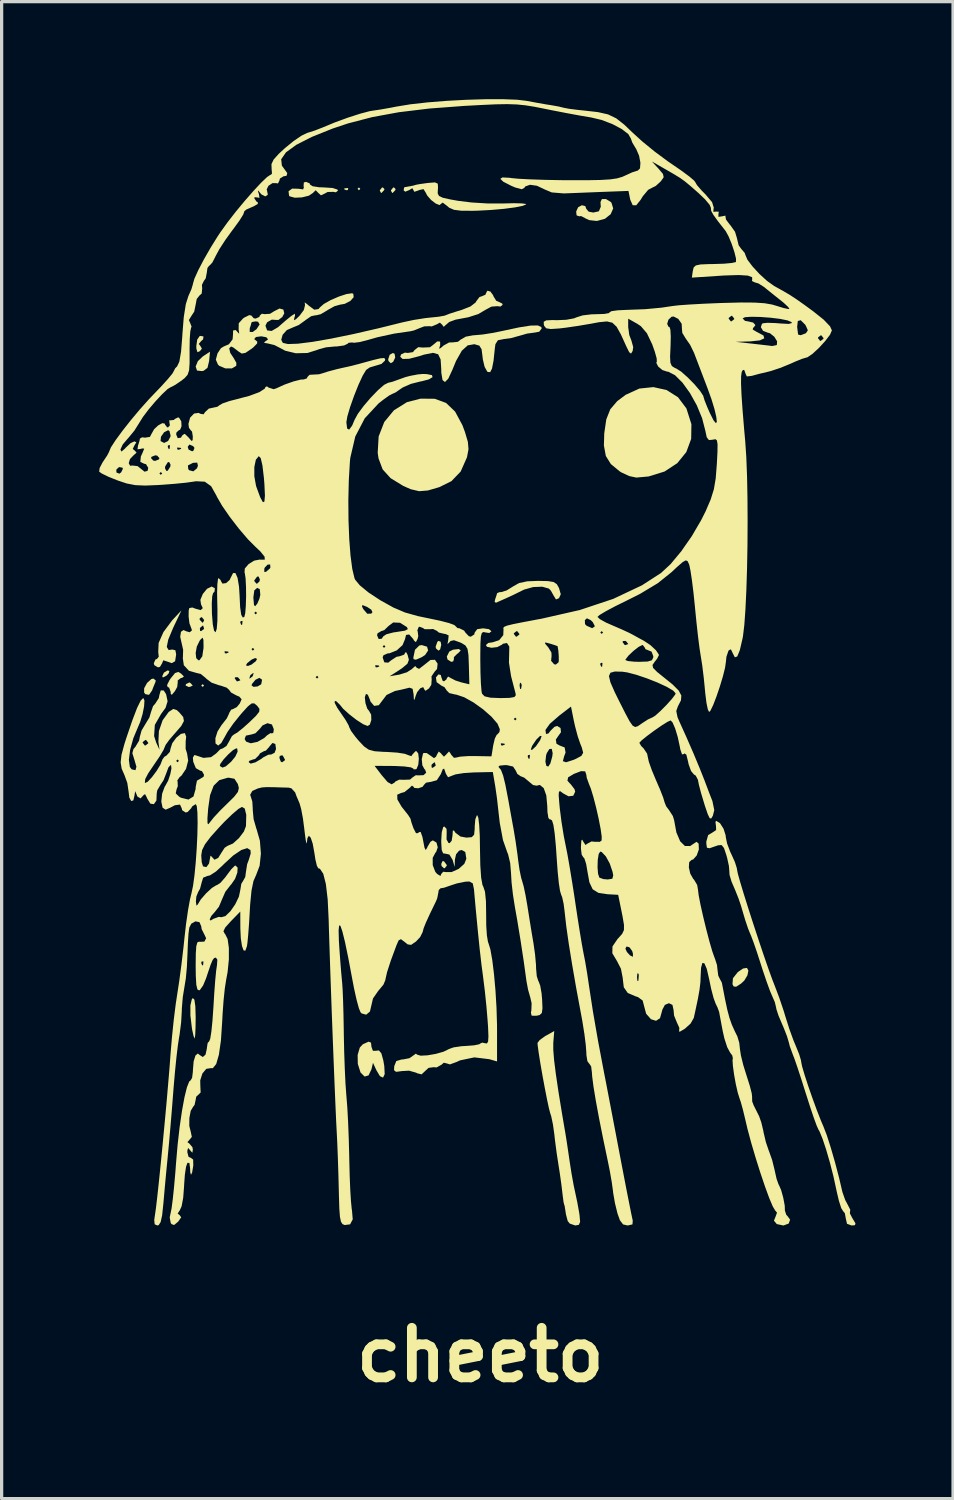
<source format=kicad_pcb>
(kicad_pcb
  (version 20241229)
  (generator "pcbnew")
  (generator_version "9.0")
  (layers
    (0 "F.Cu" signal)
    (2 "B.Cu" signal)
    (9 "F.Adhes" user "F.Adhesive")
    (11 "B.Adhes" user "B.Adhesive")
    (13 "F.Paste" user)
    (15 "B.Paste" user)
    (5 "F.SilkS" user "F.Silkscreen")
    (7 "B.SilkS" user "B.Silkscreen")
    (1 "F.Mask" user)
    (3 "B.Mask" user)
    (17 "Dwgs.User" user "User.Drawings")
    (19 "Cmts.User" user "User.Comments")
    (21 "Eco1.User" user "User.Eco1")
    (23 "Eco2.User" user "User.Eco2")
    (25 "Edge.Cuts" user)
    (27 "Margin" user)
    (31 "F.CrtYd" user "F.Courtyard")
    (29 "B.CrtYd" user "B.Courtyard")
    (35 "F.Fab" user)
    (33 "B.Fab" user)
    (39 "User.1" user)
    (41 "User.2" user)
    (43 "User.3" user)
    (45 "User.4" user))
  (footprint "cheeto"
    (layer "F.Cu")
    (at 11.72 15.757)
    (property "Reference" "cheeto" (at 0 22.86 0) (layer "F.SilkS") (effects (font (size 1.524 1.524) (thickness 0.3))))
    (attr board_only exclude_from_pos_files exclude_from_bom)
    (fp_poly (pts (xy -8.495 2.274) (xy -8.538 2.317) (xy -8.581 2.274) (xy -8.538 2.231)) (stroke (width 0) (type solid)) (fill yes) (layer "F.SilkS"))
    (fp_poly (pts (xy -3.69 -13) (xy -3.733 -12.957) (xy -3.776 -13) (xy -3.733 -13.043)) (stroke (width 0) (type solid)) (fill yes) (layer "F.SilkS"))
    (fp_poly (pts (xy -4.062 -13.015) (xy -4.073 -12.964) (xy -4.119 -12.957) (xy -4.19 -12.989) (xy -4.176 -13.015) (xy -4.074 -13.025)) (stroke (width 0) (type solid)) (fill yes) (layer "F.SilkS"))
    (fp_poly (pts (xy -9.56 1.824) (xy -9.583 1.902) (xy -9.652 1.972) (xy -9.76 2.027) (xy -9.782 1.989) (xy -9.729 1.877) (xy -9.622 1.811)) (stroke (width 0) (type solid)) (fill yes) (layer "F.SilkS"))
    (fp_poly (pts (xy -8.918 2.192) (xy -8.842 2.275) (xy -8.929 2.315) (xy -8.972 2.317) (xy -9.061 2.275) (xy -9.052 2.23) (xy -8.949 2.18)) (stroke (width 0) (type solid)) (fill yes) (layer "F.SilkS"))
    (fp_poly (pts (xy -2.947 -12.991) (xy -2.96 -12.957) (xy -3.038 -12.876) (xy -3.051 -12.872) (xy -3.088 -12.938) (xy -3.089 -12.957) (xy -3.023 -13.04) (xy -2.998 -13.043)) (stroke (width 0) (type solid)) (fill yes) (layer "F.SilkS"))
    (fp_poly (pts (xy -2.635 -7.927) (xy -2.617 -7.812) (xy -2.679 -7.682) (xy -2.755 -7.637) (xy -2.824 -7.706) (xy -2.832 -7.761) (xy -2.785 -7.899) (xy -2.687 -7.952)) (stroke (width 0) (type solid)) (fill yes) (layer "F.SilkS"))
    (fp_poly (pts (xy -2.604 -12.991) (xy -2.617 -12.957) (xy -2.694 -12.876) (xy -2.708 -12.872) (xy -2.745 -12.938) (xy -2.746 -12.957) (xy -2.68 -13.04) (xy -2.655 -13.043)) (stroke (width 0) (type solid)) (fill yes) (layer "F.SilkS"))
    (fp_poly (pts (xy -1.22 0.927) (xy -1.201 1.025) (xy -1.236 1.167) (xy -1.287 1.201) (xy -1.364 1.132) (xy -1.373 1.078) (xy -1.321 0.932) (xy -1.287 0.901)) (stroke (width 0) (type solid)) (fill yes) (layer "F.SilkS"))
    (fp_poly (pts (xy -1.116 7.68) (xy -1.033 7.79) (xy -1.03 7.814) (xy -1.095 7.892) (xy -1.116 7.895) (xy -1.191 7.825) (xy -1.201 7.761) (xy -1.16 7.672)) (stroke (width 0) (type solid)) (fill yes) (layer "F.SilkS"))
    (fp_poly (pts (xy -8.339 -7.707) (xy -8.389 -7.497) (xy -8.506 -7.406) (xy -8.56 -7.395) (xy -8.712 -7.412) (xy -8.753 -7.536) (xy -8.686 -7.7) (xy -8.532 -7.848) (xy -8.312 -7.992)) (stroke (width 0) (type solid)) (fill yes) (layer "F.SilkS"))
    (fp_poly (pts (xy -1.638 1.079) (xy -1.604 1.195) (xy -1.697 1.334) (xy -1.806 1.405) (xy -1.981 1.48) (xy -2.051 1.464) (xy -2.059 1.416) (xy -2.009 1.175) (xy -1.875 1.043) (xy -1.802 1.03)) (stroke (width 0) (type solid)) (fill yes) (layer "F.SilkS"))
    (fp_poly (pts (xy -9.98 2.117) (xy -9.99 2.167) (xy -10.062 2.341) (xy -10.093 2.424) (xy -10.187 2.56) (xy -10.3 2.54) (xy -10.338 2.492) (xy -10.337 2.357) (xy -10.247 2.193) (xy -10.118 2.077) (xy -10.055 2.059)) (stroke (width 0) (type solid)) (fill yes) (layer "F.SilkS"))
    (fp_poly (pts (xy 8.244 11.042) (xy 8.214 11.187) (xy 8.118 11.347) (xy 8.02 11.439) (xy 7.867 11.537) (xy 7.791 11.528) (xy 7.755 11.459) (xy 7.769 11.276) (xy 7.92 11.085) (xy 8.081 10.976) (xy 8.201 10.957)) (stroke (width 0) (type solid)) (fill yes) (layer "F.SilkS"))
    (fp_poly (pts (xy -0.601 1.197) (xy -0.687 1.285) (xy -0.71 1.299) (xy -0.812 1.401) (xy -0.812 1.464) (xy -0.834 1.533) (xy -0.896 1.545) (xy -1.007 1.474) (xy -1.03 1.383) (xy -0.954 1.231) (xy -0.84 1.172) (xy -0.66 1.151)) (stroke (width 0) (type solid)) (fill yes) (layer "F.SilkS"))
    (fp_poly (pts (xy -8.521 -8.463) (xy -8.513 -8.456) (xy -8.525 -8.371) (xy -8.584 -8.319) (xy -8.658 -8.23) (xy -8.612 -8.173) (xy -8.562 -8.087) (xy -8.621 -8.01) (xy -8.698 -7.976) (xy -8.73 -8.08) (xy -8.734 -8.159) (xy -8.705 -8.365) (xy -8.625 -8.479)) (stroke (width 0) (type solid)) (fill yes) (layer "F.SilkS"))
    (fp_poly (pts (xy -8.792 11.934) (xy -8.763 12.141) (xy -8.753 12.48) (xy -8.757 12.789) (xy -8.767 13.018) (xy -8.781 13.126) (xy -8.784 13.129) (xy -8.817 13.054) (xy -8.859 12.867) (xy -8.869 12.807) (xy -8.915 12.418) (xy -8.915 12.111) (xy -8.871 11.922) (xy -8.839 11.885)) (stroke (width 0) (type solid)) (fill yes) (layer "F.SilkS"))
    (fp_poly (pts (xy -9.203 1.906) (xy -9.114 1.996) (xy -9.166 2.035) (xy -9.207 2.043) (xy -9.305 2.117) (xy -9.304 2.175) (xy -9.32 2.317) (xy -9.392 2.448) (xy -9.486 2.559) (xy -9.519 2.533) (xy -9.522 2.467) (xy -9.568 2.34) (xy -9.617 2.317) (xy -9.632 2.257) (xy -9.558 2.109) (xy -9.522 2.056) (xy -9.388 1.891) (xy -9.29 1.855)) (stroke (width 0) (type solid)) (fill yes) (layer "F.SilkS"))
    (fp_poly (pts (xy -3.361 13.256) (xy -3.347 13.384) (xy -3.303 13.507) (xy -3.227 13.507) (xy -3.118 13.496) (xy -3.043 13.585) (xy -2.983 13.8) (xy -2.953 13.974) (xy -2.94 14.224) (xy -2.991 14.331) (xy -3.086 14.287) (xy -3.196 14.103) (xy -3.3 13.876) (xy -3.347 14.075) (xy -3.436 14.263) (xy -3.557 14.299) (xy -3.681 14.176) (xy -3.684 14.17) (xy -3.767 13.91) (xy -3.772 13.634) (xy -3.705 13.406) (xy -3.61 13.304) (xy -3.435 13.226)) (stroke (width 0) (type solid)) (fill yes) (layer "F.SilkS"))
    (fp_poly (pts (xy 5.731 -6.812) (xy 6.08 -6.591) (xy 6.337 -6.249) (xy 6.341 -6.239) (xy 6.492 -5.763) (xy 6.485 -5.311) (xy 6.335 -4.905) (xy 6.058 -4.564) (xy 5.666 -4.307) (xy 5.175 -4.155) (xy 4.797 -4.121) (xy 4.58 -4.167) (xy 4.33 -4.284) (xy 4.283 -4.315) (xy 4.015 -4.536) (xy 3.86 -4.785) (xy 3.801 -5.107) (xy 3.812 -5.482) (xy 3.874 -5.909) (xy 3.997 -6.221) (xy 4.211 -6.472) (xy 4.472 -6.667) (xy 4.891 -6.858) (xy 5.323 -6.903)) (stroke (width 0) (type solid)) (fill yes) (layer "F.SilkS"))
    (fp_poly (pts (xy -1.401 -6.544) (xy -1.053 -6.416) (xy -0.775 -6.15) (xy -0.551 -5.734) (xy -0.471 -5.52) (xy -0.382 -5.218) (xy -0.363 -4.992) (xy -0.406 -4.763) (xy -0.415 -4.732) (xy -0.604 -4.306) (xy -0.889 -4.01) (xy -1.259 -3.827) (xy -1.611 -3.724) (xy -1.881 -3.702) (xy -2.138 -3.762) (xy -2.369 -3.864) (xy -2.758 -4.102) (xy -3.003 -4.373) (xy -3.13 -4.711) (xy -3.155 -4.883) (xy -3.126 -5.385) (xy -2.953 -5.83) (xy -2.656 -6.19) (xy -2.256 -6.44) (xy -1.836 -6.548)) (stroke (width 0) (type solid)) (fill yes) (layer "F.SilkS"))
    (fp_poly (pts (xy 4.006 -12.601) (xy 4.033 -12.572) (xy 4.087 -12.398) (xy 4.009 -12.22) (xy 3.833 -12.079) (xy 3.593 -12.014) (xy 3.564 -12.014) (xy 3.35 -12.038) (xy 3.22 -12.098) (xy 3.214 -12.105) (xy 3.097 -12.164) (xy 3.047 -12.154) (xy 2.961 -12.184) (xy 2.948 -12.302) (xy 3.008 -12.433) (xy 3.123 -12.495) (xy 3.228 -12.47) (xy 3.261 -12.381) (xy 3.334 -12.298) (xy 3.475 -12.271) (xy 3.646 -12.309) (xy 3.705 -12.448) (xy 3.696 -12.593) (xy 3.739 -12.685) (xy 3.863 -12.686)) (stroke (width 0) (type solid)) (fill yes) (layer "F.SilkS"))
    (fp_poly (pts (xy -9.446 0.501) (xy -9.596 0.861) (xy -9.642 1.089) (xy -9.583 1.183) (xy -9.473 1.167) (xy -9.377 1.189) (xy -9.353 1.318) (xy -9.385 1.527) (xy -9.49 1.586) (xy -9.622 1.539) (xy -9.748 1.498) (xy -9.782 1.581) (xy -9.782 1.584) (xy -9.85 1.7) (xy -9.911 1.716) (xy -10.025 1.648) (xy -10.04 1.587) (xy -9.989 1.473) (xy -9.945 1.459) (xy -9.888 1.388) (xy -9.904 1.244) (xy -9.892 0.965) (xy -9.744 0.63) (xy -9.475 0.269) (xy -9.433 0.223) (xy -9.19 -0.037)) (stroke (width 0) (type solid)) (fill yes) (layer "F.SilkS"))
    (fp_poly (pts (xy -5.248 -13.168) (xy -5.234 -13.129) (xy -5.157 -13.08) (xy -4.96 -13.049) (xy -4.805 -13.043) (xy -4.54 -13.026) (xy -4.394 -12.978) (xy -4.376 -12.948) (xy -4.44 -12.893) (xy -4.516 -12.907) (xy -4.695 -12.903) (xy -4.78 -12.857) (xy -4.901 -12.801) (xy -4.984 -12.877) (xy -5.062 -12.957) (xy -5.14 -12.881) (xy -5.144 -12.875) (xy -5.273 -12.789) (xy -5.484 -12.737) (xy -5.704 -12.727) (xy -5.859 -12.768) (xy -5.881 -12.791) (xy -5.897 -12.926) (xy -5.786 -13.007) (xy -5.6 -13.003) (xy -5.449 -12.983) (xy -5.424 -13.045) (xy -5.435 -13.082) (xy -5.426 -13.196) (xy -5.36 -13.215)) (stroke (width 0) (type solid)) (fill yes) (layer "F.SilkS"))
    (fp_poly (pts (xy 2.075 -0.938) (xy 2.253 -0.909) (xy 2.353 -0.843) (xy 2.419 -0.727) (xy 2.475 -0.534) (xy 2.42 -0.412) (xy 2.328 -0.373) (xy 2.262 -0.479) (xy 2.168 -0.646) (xy 2.109 -0.707) (xy 1.905 -0.765) (xy 1.626 -0.754) (xy 1.35 -0.677) (xy 1.3 -0.653) (xy 1.047 -0.528) (xy 0.815 -0.42) (xy 0.613 -0.33) (xy 0.482 -0.271) (xy 0.48 -0.27) (xy 0.44 -0.303) (xy 0.458 -0.381) (xy 0.506 -0.524) (xy 0.515 -0.565) (xy 0.585 -0.596) (xy 0.651 -0.601) (xy 0.812 -0.651) (xy 1.006 -0.772) (xy 1.006 -0.772) (xy 1.193 -0.878) (xy 1.446 -0.931) (xy 1.773 -0.944)) (stroke (width 0) (type solid)) (fill yes) (layer "F.SilkS"))
    (fp_poly (pts (xy 2.244 13.265) (xy 2.244 13.475) (xy 2.269 13.789) (xy 2.323 14.219) (xy 2.406 14.78) (xy 2.521 15.486) (xy 2.617 16.047) (xy 2.657 16.295) (xy 2.707 16.631) (xy 2.747 16.905) (xy 2.804 17.272) (xy 2.87 17.638) (xy 2.915 17.849) (xy 2.984 18.171) (xy 3.041 18.49) (xy 3.051 18.557) (xy 3.07 18.768) (xy 3.03 18.859) (xy 2.919 18.878) (xy 2.751 18.82) (xy 2.688 18.742) (xy 2.635 18.542) (xy 2.616 18.42) (xy 2.593 18.273) (xy 2.579 18.235) (xy 2.56 18.159) (xy 2.535 17.969) (xy 2.526 17.892) (xy 2.492 17.609) (xy 2.442 17.255) (xy 2.407 17.033) (xy 2.349 16.656) (xy 2.297 16.261) (xy 2.276 16.071) (xy 2.234 15.772) (xy 2.18 15.516) (xy 2.151 15.428) (xy 2.112 15.282) (xy 2.054 15.011) (xy 1.985 14.66) (xy 1.913 14.272) (xy 1.847 13.892) (xy 1.795 13.565) (xy 1.764 13.334) (xy 1.759 13.265) (xy 1.827 13.175) (xy 1.992 13.057) (xy 2.017 13.043) (xy 2.274 12.899)) (stroke (width 0) (type solid)) (fill yes) (layer "F.SilkS"))
    (fp_poly (pts (xy -1.308 -13.159) (xy -1.3 -13.033) (xy -1.305 -12.982) (xy -1.31 -12.86) (xy -1.27 -12.781) (xy -1.152 -12.725) (xy -0.922 -12.674) (xy -0.686 -12.632) (xy -0.273 -12.581) (xy 0.211 -12.551) (xy 0.668 -12.549) (xy 0.703 -12.55) (xy 1.031 -12.558) (xy 1.277 -12.552) (xy 1.404 -12.535) (xy 1.413 -12.524) (xy 1.305 -12.477) (xy 1.064 -12.429) (xy 0.726 -12.385) (xy 0.329 -12.35) (xy -0.089 -12.328) (xy -0.238 -12.325) (xy -0.585 -12.327) (xy -0.809 -12.355) (xy -0.956 -12.419) (xy -1.032 -12.483) (xy -1.156 -12.577) (xy -1.201 -12.545) (xy -1.252 -12.5) (xy -1.371 -12.548) (xy -1.514 -12.658) (xy -1.634 -12.796) (xy -1.676 -12.879) (xy -1.746 -12.991) (xy -1.876 -12.964) (xy -1.894 -12.954) (xy -2.027 -12.909) (xy -2.059 -12.965) (xy -2.091 -13.02) (xy -2.181 -12.964) (xy -2.308 -12.912) (xy -2.357 -12.953) (xy -2.344 -13.041) (xy -2.301 -13.056) (xy -2.067 -13.098) (xy -1.974 -13.125) (xy -1.868 -13.145) (xy -1.661 -13.174) (xy -1.605 -13.181) (xy -1.395 -13.198)) (stroke (width 0) (type solid)) (fill yes) (layer "F.SilkS"))
    (fp_poly (pts (xy 1.874 -8.752) (xy 1.888 -8.707) (xy 1.813 -8.606) (xy 1.679 -8.581) (xy 1.44 -8.549) (xy 1.228 -8.488) (xy 0.951 -8.412) (xy 0.729 -8.381) (xy 0.542 -8.344) (xy 0.465 -8.224) (xy 0.449 -8.109) (xy 0.407 -7.714) (xy 0.36 -7.472) (xy 0.303 -7.363) (xy 0.229 -7.369) (xy 0.214 -7.38) (xy 0.133 -7.524) (xy 0.077 -7.76) (xy 0.069 -7.837) (xy 0.039 -8.068) (xy -0.03 -8.178) (xy -0.171 -8.219) (xy -0.188 -8.222) (xy -0.388 -8.186) (xy -0.569 -8.021) (xy -0.745 -7.71) (xy -0.858 -7.436) (xy -0.984 -7.164) (xy -1.087 -7.059) (xy -1.162 -7.12) (xy -1.199 -7.346) (xy -1.201 -7.461) (xy -1.22 -7.753) (xy -1.296 -7.913) (xy -1.457 -7.957) (xy -1.732 -7.901) (xy -1.883 -7.853) (xy -2.188 -7.774) (xy -2.388 -7.768) (xy -2.462 -7.833) (xy -2.437 -7.908) (xy -2.32 -7.963) (xy -2.227 -7.954) (xy -2.072 -7.978) (xy -2.021 -8.042) (xy -1.909 -8.131) (xy -1.768 -8.119) (xy -1.548 -8.129) (xy -1.458 -8.196) (xy -1.325 -8.307) (xy -1.236 -8.304) (xy -1.234 -8.192) (xy -1.239 -8.178) (xy -1.267 -8.083) (xy -1.217 -8.105) (xy -1.132 -8.18) (xy -0.963 -8.275) (xy -0.841 -8.279) (xy -0.688 -8.296) (xy -0.604 -8.363) (xy -0.447 -8.454) (xy -0.209 -8.498) (xy -0.183 -8.498) (xy 0.069 -8.52) (xy 0.405 -8.573) (xy 0.686 -8.631) (xy 1.19 -8.739) (xy 1.546 -8.795) (xy 1.769 -8.799)) (stroke (width 0) (type solid)) (fill yes) (layer "F.SilkS"))
    (fp_poly (pts (xy 7.372 6.508) (xy 7.481 6.68) (xy 7.545 6.882) (xy 7.549 6.933) (xy 7.589 7.132) (xy 7.686 7.389) (xy 7.723 7.466) (xy 7.83 7.704) (xy 7.89 7.895) (xy 7.895 7.937) (xy 7.921 8.065) (xy 7.994 8.324) (xy 8.103 8.686) (xy 8.239 9.119) (xy 8.392 9.594) (xy 8.552 10.08) (xy 8.709 10.549) (xy 8.854 10.968) (xy 8.977 11.309) (xy 9.051 11.499) (xy 9.189 11.863) (xy 9.328 12.274) (xy 9.392 12.485) (xy 9.504 12.837) (xy 9.63 13.185) (xy 9.705 13.364) (xy 9.804 13.609) (xy 9.862 13.802) (xy 9.868 13.851) (xy 9.897 13.992) (xy 9.974 14.252) (xy 10.084 14.59) (xy 10.214 14.964) (xy 10.349 15.333) (xy 10.476 15.657) (xy 10.555 15.842) (xy 10.655 16.102) (xy 10.777 16.483) (xy 10.908 16.937) (xy 11.034 17.417) (xy 11.135 17.849) (xy 11.221 18.095) (xy 11.307 18.256) (xy 11.378 18.396) (xy 11.37 18.449) (xy 11.366 18.51) (xy 11.443 18.657) (xy 11.448 18.664) (xy 11.537 18.814) (xy 11.521 18.87) (xy 11.415 18.878) (xy 11.277 18.827) (xy 11.241 18.671) (xy 11.21 18.501) (xy 11.155 18.435) (xy 11.099 18.343) (xy 11.029 18.125) (xy 10.958 17.825) (xy 10.945 17.763) (xy 10.859 17.366) (xy 10.752 16.948) (xy 10.637 16.551) (xy 10.526 16.216) (xy 10.432 15.987) (xy 10.397 15.926) (xy 10.345 15.811) (xy 10.256 15.568) (xy 10.142 15.23) (xy 10.015 14.832) (xy 10.005 14.802) (xy 9.876 14.393) (xy 9.757 14.031) (xy 9.662 13.755) (xy 9.604 13.604) (xy 9.603 13.601) (xy 9.518 13.369) (xy 9.487 13.247) (xy 9.432 13.061) (xy 9.331 12.801) (xy 9.275 12.672) (xy 9.17 12.423) (xy 9.106 12.228) (xy 9.095 12.168) (xy 9.058 12.013) (xy 8.984 11.842) (xy 8.909 11.666) (xy 8.803 11.375) (xy 8.683 11.021) (xy 8.63 10.855) (xy 8.515 10.498) (xy 8.409 10.189) (xy 8.329 9.976) (xy 8.305 9.921) (xy 8.234 9.746) (xy 8.145 9.48) (xy 8.097 9.32) (xy 8.016 9.044) (xy 7.939 8.818) (xy 7.839 8.568) (xy 7.725 8.302) (xy 7.665 8.099) (xy 7.658 7.98) (xy 7.645 7.822) (xy 7.592 7.58) (xy 7.567 7.49) (xy 7.493 7.269) (xy 7.42 7.179) (xy 7.309 7.188) (xy 7.243 7.211) (xy 7.05 7.278) (xy 6.969 7.262) (xy 6.951 7.139) (xy 6.951 7.071) (xy 7.007 6.873) (xy 7.125 6.803) (xy 7.252 6.719) (xy 7.248 6.597) (xy 7.231 6.466) (xy 7.257 6.436)) (stroke (width 0) (type solid)) (fill yes) (layer "F.SilkS"))
    (fp_poly (pts (xy 0.31 -9.842) (xy 0.394 -9.729) (xy 0.404 -9.697) (xy 0.49 -9.557) (xy 0.568 -9.525) (xy 0.675 -9.472) (xy 0.686 -9.433) (xy 0.62 -9.38) (xy 0.528 -9.392) (xy 0.343 -9.378) (xy 0.164 -9.282) (xy -0.061 -9.149) (xy -0.368 -9.051) (xy -0.761 -8.977) (xy -0.954 -8.906) (xy -1.046 -8.828) (xy -1.125 -8.756) (xy -1.173 -8.821) (xy -1.243 -8.886) (xy -1.336 -8.834) (xy -1.493 -8.769) (xy -1.563 -8.776) (xy -1.722 -8.771) (xy -1.845 -8.725) (xy -2.041 -8.645) (xy -2.145 -8.621) (xy -2.647 -8.548) (xy -3.167 -8.435) (xy -3.452 -8.354) (xy -3.703 -8.289) (xy -3.888 -8.266) (xy -3.939 -8.276) (xy -4.051 -8.266) (xy -4.075 -8.239) (xy -4.188 -8.184) (xy -4.402 -8.154) (xy -4.473 -8.152) (xy -4.746 -8.126) (xy -4.975 -8.063) (xy -5.004 -8.05) (xy -5.315 -7.952) (xy -5.674 -7.944) (xy -5.999 -8.022) (xy -6.106 -8.08) (xy -6.332 -8.196) (xy -6.535 -8.245) (xy -6.648 -8.264) (xy -6.629 -8.295) (xy -6.526 -8.371) (xy -6.58 -8.436) (xy -6.736 -8.465) (xy -6.899 -8.443) (xy -6.953 -8.38) (xy -6.87 -8.311) (xy -6.86 -8.308) (xy -6.862 -8.245) (xy -6.979 -8.125) (xy -7.038 -8.079) (xy -7.221 -7.956) (xy -7.335 -7.934) (xy -7.443 -8.003) (xy -7.457 -8.016) (xy -7.597 -8.122) (xy -7.665 -8.152) (xy -7.722 -8.093) (xy -7.689 -7.954) (xy -7.586 -7.799) (xy -7.501 -7.649) (xy -7.505 -7.557) (xy -7.641 -7.477) (xy -7.842 -7.479) (xy -8.027 -7.557) (xy -8.068 -7.597) (xy -8.133 -7.747) (xy -8.081 -7.94) (xy -7.978 -8.097) (xy -7.89 -8.152) (xy -7.731 -8.22) (xy -7.617 -8.373) (xy -7.604 -8.532) (xy -7.602 -8.644) (xy -7.522 -8.658) (xy -7.434 -8.562) (xy -7.433 -8.56) (xy -7.414 -8.549) (xy -7.421 -8.601) (xy -7.092 -8.601) (xy -7.001 -8.597) (xy -6.882 -8.684) (xy -6.786 -8.83) (xy -6.834 -8.914) (xy -6.908 -8.924) (xy -7.022 -8.905) (xy -7.036 -8.888) (xy -7.063 -8.788) (xy -7.089 -8.717) (xy -7.092 -8.601) (xy -7.421 -8.601) (xy -7.432 -8.675) (xy -7.428 -8.867) (xy -7.295 -9.015) (xy -7.257 -9.041) (xy -7.106 -9.116) (xy -7.037 -9.103) (xy -7.036 -9.098) (xy -6.967 -9.02) (xy -6.908 -9.01) (xy -6.794 -9.061) (xy -6.779 -9.105) (xy -6.716 -9.16) (xy -6.638 -9.146) (xy -6.468 -9.157) (xy -6.336 -9.238) (xy -6.174 -9.32) (xy -6.056 -9.287) (xy -6.028 -9.171) (xy -6.089 -9.058) (xy -6.207 -8.968) (xy -6.266 -8.968) (xy -6.412 -8.978) (xy -6.555 -8.897) (xy -6.607 -8.791) (xy -6.555 -8.646) (xy -6.416 -8.63) (xy -6.22 -8.745) (xy -6.193 -8.769) (xy -5.991 -8.945) (xy -5.818 -9.086) (xy -5.812 -9.091) (xy -5.703 -9.16) (xy -5.697 -9.103) (xy -5.716 -9.044) (xy -5.732 -8.958) (xy -5.668 -8.992) (xy -5.559 -9.096) (xy -5.426 -9.275) (xy -5.389 -9.427) (xy -5.392 -9.439) (xy -5.4 -9.508) (xy -5.318 -9.447) (xy -5.288 -9.418) (xy -5.105 -9.283) (xy -4.975 -9.303) (xy -4.935 -9.352) (xy -4.813 -9.459) (xy -4.6 -9.579) (xy -4.348 -9.688) (xy -4.113 -9.765) (xy -3.946 -9.788) (xy -3.906 -9.774) (xy -3.894 -9.668) (xy -3.998 -9.551) (xy -4.17 -9.463) (xy -4.31 -9.439) (xy -4.485 -9.39) (xy -4.697 -9.271) (xy -4.715 -9.258) (xy -4.907 -9.145) (xy -5.055 -9.109) (xy -5.068 -9.112) (xy -5.2 -9.084) (xy -5.372 -8.966) (xy -5.384 -8.955) (xy -5.584 -8.811) (xy -5.768 -8.736) (xy -5.949 -8.657) (xy -6.079 -8.512) (xy -6.122 -8.358) (xy -6.073 -8.263) (xy -5.915 -8.227) (xy -5.606 -8.238) (xy -5.16 -8.294) (xy -4.591 -8.393) (xy -3.912 -8.532) (xy -3.137 -8.71) (xy -2.403 -8.892) (xy -2.05 -8.968) (xy -1.688 -9.025) (xy -1.537 -9.041) (xy -1.283 -9.067) (xy -1.103 -9.099) (xy -1.065 -9.113) (xy -0.942 -9.161) (xy -0.716 -9.233) (xy -0.579 -9.274) (xy -0.305 -9.381) (xy -0.144 -9.505) (xy -0.123 -9.544) (xy -0.025 -9.673) (xy 0.049 -9.697) (xy 0.159 -9.745) (xy 0.172 -9.782) (xy 0.216 -9.867)) (stroke (width 0) (type solid)) (fill yes) (layer "F.SilkS"))
    (fp_poly (pts (xy 1.135 -15.74) (xy 1.419 -15.706) (xy 1.742 -15.646) (xy 2.033 -15.595) (xy 2.176 -15.573) (xy 2.408 -15.532) (xy 2.562 -15.494) (xy 2.722 -15.463) (xy 2.986 -15.429) (xy 3.198 -15.407) (xy 3.62 -15.359) (xy 3.928 -15.289) (xy 4.178 -15.169) (xy 4.426 -14.975) (xy 4.667 -14.744) (xy 4.979 -14.459) (xy 5.369 -14.141) (xy 5.767 -13.846) (xy 5.89 -13.762) (xy 6.192 -13.554) (xy 6.431 -13.377) (xy 6.577 -13.252) (xy 6.607 -13.211) (xy 6.664 -13.113) (xy 6.809 -12.946) (xy 6.918 -12.836) (xy 7.127 -12.591) (xy 7.181 -12.416) (xy 7.174 -12.393) (xy 7.166 -12.292) (xy 7.246 -12.3) (xy 7.334 -12.297) (xy 7.323 -12.223) (xy 7.323 -12.137) (xy 7.435 -12.155) (xy 7.539 -12.176) (xy 7.539 -12.151) (xy 7.555 -12.056) (xy 7.668 -11.905) (xy 7.689 -11.883) (xy 7.833 -11.68) (xy 7.895 -11.474) (xy 7.895 -11.47) (xy 7.945 -11.264) (xy 8.023 -11.155) (xy 8.131 -11.029) (xy 8.152 -10.968) (xy 8.213 -10.822) (xy 8.371 -10.613) (xy 8.586 -10.38) (xy 8.821 -10.166) (xy 9.036 -10.013) (xy 9.043 -10.009) (xy 9.318 -9.856) (xy 9.528 -9.732) (xy 9.726 -9.602) (xy 9.964 -9.434) (xy 10.24 -9.232) (xy 10.559 -8.977) (xy 10.755 -8.772) (xy 10.812 -8.647) (xy 10.754 -8.513) (xy 10.606 -8.319) (xy 10.413 -8.108) (xy 10.217 -7.927) (xy 10.061 -7.82) (xy 10.018 -7.809) (xy 9.903 -7.775) (xy 9.691 -7.69) (xy 9.542 -7.623) (xy 9.238 -7.498) (xy 8.94 -7.399) (xy 8.839 -7.373) (xy 8.574 -7.31) (xy 8.35 -7.249) (xy 8.345 -7.248) (xy 8.196 -7.231) (xy 8.152 -7.324) (xy 8.152 -7.332) (xy 8.116 -7.431) (xy 8.074 -7.428) (xy 8.039 -7.369) (xy 8.02 -7.235) (xy 8.018 -7.009) (xy 8.032 -6.672) (xy 8.064 -6.208) (xy 8.114 -5.6) (xy 8.147 -5.234) (xy 8.18 -4.748) (xy 8.203 -4.155) (xy 8.216 -3.488) (xy 8.22 -2.776) (xy 8.216 -2.048) (xy 8.203 -1.336) (xy 8.182 -0.669) (xy 8.154 -0.076) (xy 8.119 0.411) (xy 8.077 0.762) (xy 8.067 0.815) (xy 7.982 1.183) (xy 7.902 1.38) (xy 7.828 1.407) (xy 7.765 1.284) (xy 7.706 1.16) (xy 7.642 1.192) (xy 7.629 1.211) (xy 7.569 1.388) (xy 7.553 1.544) (xy 7.527 1.726) (xy 7.46 1.994) (xy 7.367 2.303) (xy 7.263 2.61) (xy 7.162 2.872) (xy 7.079 3.045) (xy 7.037 3.089) (xy 6.997 3.01) (xy 6.954 2.801) (xy 6.917 2.503) (xy 6.91 2.424) (xy 6.872 2.039) (xy 6.826 1.664) (xy 6.781 1.378) (xy 6.78 1.373) (xy 6.743 1.137) (xy 6.697 0.779) (xy 6.649 0.346) (xy 6.603 -0.114) (xy 6.602 -0.129) (xy 6.557 -0.566) (xy 6.509 -0.957) (xy 6.463 -1.261) (xy 6.426 -1.438) (xy 6.422 -1.448) (xy 6.378 -1.547) (xy 6.322 -1.576) (xy 6.224 -1.522) (xy 6.052 -1.373) (xy 5.881 -1.212) (xy 5.46 -0.874) (xy 4.912 -0.544) (xy 4.51 -0.342) (xy 4.155 -0.167) (xy 3.865 -0.013) (xy 3.671 0.103) (xy 3.604 0.163) (xy 3.677 0.233) (xy 3.865 0.337) (xy 4.055 0.421) (xy 4.338 0.543) (xy 4.578 0.654) (xy 4.677 0.705) (xy 4.901 0.829) (xy 5.029 0.897) (xy 5.23 1.031) (xy 5.401 1.189) (xy 5.489 1.32) (xy 5.492 1.339) (xy 5.44 1.446) (xy 5.359 1.549) (xy 5.295 1.643) (xy 5.314 1.732) (xy 5.436 1.856) (xy 5.595 1.984) (xy 5.911 2.239) (xy 6.101 2.429) (xy 6.182 2.582) (xy 6.171 2.729) (xy 6.082 2.903) (xy 6.078 2.909) (xy 6.026 3.058) (xy 6.065 3.248) (xy 6.121 3.38) (xy 6.337 3.858) (xy 6.554 4.356) (xy 6.748 4.822) (xy 6.899 5.202) (xy 6.935 5.299) (xy 7.041 5.58) (xy 7.138 5.828) (xy 7.195 6.105) (xy 7.152 6.276) (xy 7.102 6.362) (xy 7.055 6.355) (xy 6.995 6.231) (xy 6.906 5.97) (xy 6.879 5.882) (xy 6.787 5.574) (xy 6.721 5.322) (xy 6.693 5.178) (xy 6.693 5.174) (xy 6.624 5.043) (xy 6.571 5.011) (xy 6.481 4.903) (xy 6.405 4.691) (xy 6.39 4.616) (xy 6.337 4.403) (xy 6.281 4.359) (xy 6.262 4.381) (xy 6.204 4.392) (xy 6.15 4.235) (xy 6.136 4.156) (xy 6.072 3.859) (xy 5.992 3.593) (xy 5.911 3.407) (xy 5.852 3.347) (xy 5.752 3.393) (xy 5.567 3.51) (xy 5.343 3.666) (xy 5.126 3.827) (xy 4.96 3.961) (xy 4.891 4.036) (xy 4.891 4.037) (xy 4.949 4.136) (xy 5.02 4.205) (xy 5.13 4.37) (xy 5.149 4.465) (xy 5.182 4.616) (xy 5.271 4.869) (xy 5.397 5.171) (xy 5.406 5.192) (xy 5.532 5.484) (xy 5.624 5.72) (xy 5.663 5.852) (xy 5.664 5.858) (xy 5.716 5.988) (xy 5.804 6.105) (xy 5.922 6.289) (xy 5.96 6.413) (xy 6.03 6.792) (xy 6.146 7.064) (xy 6.292 7.209) (xy 6.455 7.21) (xy 6.526 7.161) (xy 6.648 7.08) (xy 6.711 7.131) (xy 6.714 7.14) (xy 6.721 7.315) (xy 6.654 7.502) (xy 6.545 7.623) (xy 6.496 7.637) (xy 6.424 7.705) (xy 6.413 7.867) (xy 6.457 8.059) (xy 6.547 8.219) (xy 6.574 8.246) (xy 6.669 8.406) (xy 6.693 8.545) (xy 6.715 8.723) (xy 6.772 9.017) (xy 6.854 9.383) (xy 6.949 9.773) (xy 7.046 10.143) (xy 7.134 10.447) (xy 7.201 10.638) (xy 7.212 10.661) (xy 7.279 10.869) (xy 7.294 11.011) (xy 7.317 11.193) (xy 7.354 11.272) (xy 7.426 11.407) (xy 7.433 11.437) (xy 7.523 11.903) (xy 7.595 12.242) (xy 7.662 12.495) (xy 7.735 12.703) (xy 7.827 12.907) (xy 7.905 13.064) (xy 7.964 13.263) (xy 7.984 13.45) (xy 8.014 13.649) (xy 8.087 13.945) (xy 8.19 14.276) (xy 8.193 14.284) (xy 8.287 14.582) (xy 8.347 14.816) (xy 8.36 14.94) (xy 8.358 14.945) (xy 8.361 15.064) (xy 8.407 15.185) (xy 8.518 15.406) (xy 8.575 15.521) (xy 8.642 15.712) (xy 8.704 15.971) (xy 8.711 16.015) (xy 8.781 16.312) (xy 8.874 16.586) (xy 8.882 16.604) (xy 8.975 16.867) (xy 9.05 17.17) (xy 9.057 17.205) (xy 9.111 17.444) (xy 9.17 17.611) (xy 9.183 17.634) (xy 9.251 17.788) (xy 9.317 18.028) (xy 9.362 18.27) (xy 9.367 18.421) (xy 9.411 18.555) (xy 9.437 18.577) (xy 9.528 18.7) (xy 9.482 18.82) (xy 9.325 18.878) (xy 9.316 18.878) (xy 9.117 18.835) (xy 9.03 18.73) (xy 9.083 18.599) (xy 9.124 18.485) (xy 9.066 18.414) (xy 8.993 18.291) (xy 8.885 18.036) (xy 8.755 17.68) (xy 8.612 17.257) (xy 8.468 16.8) (xy 8.332 16.34) (xy 8.217 15.912) (xy 8.148 15.618) (xy 8.077 15.322) (xy 8.008 15.074) (xy 7.973 14.974) (xy 7.916 14.789) (xy 7.856 14.526) (xy 7.804 14.237) (xy 7.768 13.975) (xy 7.756 13.793) (xy 7.766 13.744) (xy 7.751 13.656) (xy 7.68 13.558) (xy 7.594 13.398) (xy 7.508 13.134) (xy 7.456 12.907) (xy 7.402 12.622) (xy 7.361 12.403) (xy 7.345 12.314) (xy 7.294 12.174) (xy 7.237 12.056) (xy 7.174 11.886) (xy 7.101 11.608) (xy 7.038 11.306) (xy 6.964 10.986) (xy 6.891 10.817) (xy 6.83 10.804) (xy 6.789 10.951) (xy 6.777 11.182) (xy 6.769 11.394) (xy 6.742 11.624) (xy 6.69 11.916) (xy 6.605 12.315) (xy 6.565 12.496) (xy 6.466 12.67) (xy 6.287 12.831) (xy 6.146 12.913) (xy 6.108 12.92) (xy 6.114 12.912) (xy 6.12 12.798) (xy 6.05 12.646) (xy 5.959 12.424) (xy 5.943 12.253) (xy 5.909 12.095) (xy 5.801 12.043) (xy 5.677 12.094) (xy 5.596 12.246) (xy 5.592 12.271) (xy 5.526 12.505) (xy 5.404 12.584) (xy 5.249 12.536) (xy 5.1 12.367) (xy 5.047 12.169) (xy 4.992 11.96) (xy 4.848 11.854) (xy 4.77 11.83) (xy 4.534 11.728) (xy 4.413 11.554) (xy 4.378 11.263) (xy 4.378 11.255) (xy 4.375 11.241) (xy 4.819 11.241) (xy 4.832 11.363) (xy 4.862 11.348) (xy 4.874 11.173) (xy 4.862 11.134) (xy 4.831 11.123) (xy 4.819 11.241) (xy 4.375 11.241) (xy 4.324 10.981) (xy 4.205 10.75) (xy 4.06 10.507) (xy 4.063 10.366) (xy 4.462 10.366) (xy 4.509 10.469) (xy 4.606 10.574) (xy 4.688 10.613) (xy 4.694 10.608) (xy 4.693 10.515) (xy 4.67 10.438) (xy 4.587 10.324) (xy 4.497 10.299) (xy 4.462 10.366) (xy 4.063 10.366) (xy 4.065 10.297) (xy 4.22 10.069) (xy 4.248 10.039) (xy 4.362 9.911) (xy 4.417 9.795) (xy 4.419 9.637) (xy 4.376 9.384) (xy 4.352 9.262) (xy 4.24 8.71) (xy 3.913 8.692) (xy 3.632 8.65) (xy 3.456 8.54) (xy 3.355 8.326) (xy 3.299 8.017) (xy 3.272 7.86) (xy 3.605 7.86) (xy 3.621 8.063) (xy 3.661 8.181) (xy 3.784 8.226) (xy 3.92 8.238) (xy 4.06 8.216) (xy 4.088 8.114) (xy 4.067 8.002) (xy 3.98 7.746) (xy 3.859 7.526) (xy 3.735 7.395) (xy 3.688 7.38) (xy 3.641 7.454) (xy 3.612 7.636) (xy 3.605 7.86) (xy 3.272 7.86) (xy 3.255 7.761) (xy 3.201 7.592) (xy 3.165 7.551) (xy 3.118 7.476) (xy 3.095 7.288) (xy 3.095 7.23) (xy 3.107 7.042) (xy 3.136 7.014) (xy 3.166 7.074) (xy 3.235 7.178) (xy 3.296 7.135) (xy 3.421 7.069) (xy 3.518 7.079) (xy 3.674 7.081) (xy 3.73 7.04) (xy 3.734 6.924) (xy 3.701 6.688) (xy 3.641 6.377) (xy 3.564 6.036) (xy 3.48 5.711) (xy 3.4 5.446) (xy 3.341 5.3) (xy 3.272 5.108) (xy 3.261 5.021) (xy 3.225 4.913) (xy 3.098 4.907) (xy 2.879 4.991) (xy 2.7 5.098) (xy 2.68 5.202) (xy 2.789 5.32) (xy 2.898 5.463) (xy 2.918 5.538) (xy 2.858 5.664) (xy 2.712 5.68) (xy 2.544 5.588) (xy 2.462 5.525) (xy 2.419 5.535) (xy 2.41 5.647) (xy 2.429 5.889) (xy 2.444 6.05) (xy 2.496 6.46) (xy 2.566 6.897) (xy 2.622 7.178) (xy 2.679 7.463) (xy 2.75 7.868) (xy 2.828 8.342) (xy 2.905 8.837) (xy 2.918 8.929) (xy 2.989 9.401) (xy 3.059 9.842) (xy 3.12 10.21) (xy 3.166 10.462) (xy 3.174 10.504) (xy 3.225 10.763) (xy 3.285 11.12) (xy 3.342 11.502) (xy 3.348 11.542) (xy 3.464 12.299) (xy 3.62 13.198) (xy 3.812 14.213) (xy 3.827 14.287) (xy 3.879 14.555) (xy 3.956 14.956) (xy 4.051 15.453) (xy 4.158 16.012) (xy 4.269 16.596) (xy 4.295 16.733) (xy 4.4 17.282) (xy 4.496 17.78) (xy 4.579 18.199) (xy 4.642 18.515) (xy 4.681 18.698) (xy 4.688 18.728) (xy 4.679 18.845) (xy 4.535 18.878) (xy 4.53 18.878) (xy 4.391 18.846) (xy 4.294 18.72) (xy 4.218 18.507) (xy 4.14 18.188) (xy 4.085 17.87) (xy 4.079 17.81) (xy 4.044 17.557) (xy 3.985 17.214) (xy 3.916 16.873) (xy 3.775 16.2) (xy 3.652 15.581) (xy 3.552 15.041) (xy 3.48 14.603) (xy 3.44 14.292) (xy 3.432 14.176) (xy 3.409 13.988) (xy 3.352 13.902) (xy 3.347 13.901) (xy 3.293 13.825) (xy 3.263 13.636) (xy 3.261 13.562) (xy 3.244 13.333) (xy 3.201 12.989) (xy 3.137 12.588) (xy 3.091 12.34) (xy 2.949 11.575) (xy 2.824 10.855) (xy 2.72 10.211) (xy 2.643 9.672) (xy 2.598 9.271) (xy 2.598 9.268) (xy 2.563 8.99) (xy 2.517 8.78) (xy 2.487 8.709) (xy 2.452 8.591) (xy 2.414 8.343) (xy 2.38 8.006) (xy 2.362 7.765) (xy 2.324 7.214) (xy 2.287 6.818) (xy 2.248 6.56) (xy 2.205 6.422) (xy 2.155 6.389) (xy 2.141 6.396) (xy 2.094 6.349) (xy 2.065 6.163) (xy 2.059 5.979) (xy 2.03 5.653) (xy 1.949 5.428) (xy 1.831 5.331) (xy 1.731 5.354) (xy 1.623 5.334) (xy 1.5 5.232) (xy 1.348 5.105) (xy 1.241 5.063) (xy 1.137 4.991) (xy 1.091 4.891) (xy 1.007 4.765) (xy 0.817 4.722) (xy 0.759 4.721) (xy 0.594 4.737) (xy 0.556 4.776) (xy 0.566 4.785) (xy 0.636 4.87) (xy 0.702 5.042) (xy 0.772 5.33) (xy 0.855 5.76) (xy 0.861 5.792) (xy 0.924 6.144) (xy 0.995 6.536) (xy 1.024 6.693) (xy 1.087 7.075) (xy 1.145 7.486) (xy 1.163 7.637) (xy 1.205 7.935) (xy 1.256 8.184) (xy 1.285 8.281) (xy 1.333 8.447) (xy 1.392 8.727) (xy 1.45 9.061) (xy 1.455 9.096) (xy 1.518 9.493) (xy 1.584 9.899) (xy 1.636 10.204) (xy 1.683 10.536) (xy 1.712 10.854) (xy 1.716 10.981) (xy 1.736 11.21) (xy 1.785 11.363) (xy 1.794 11.374) (xy 1.842 11.5) (xy 1.884 11.737) (xy 1.901 11.928) (xy 1.912 12.199) (xy 1.892 12.344) (xy 1.824 12.407) (xy 1.726 12.429) (xy 1.579 12.427) (xy 1.556 12.332) (xy 1.57 12.269) (xy 1.578 12.043) (xy 1.537 11.865) (xy 1.469 11.627) (xy 1.417 11.348) (xy 1.416 11.338) (xy 1.338 10.772) (xy 1.24 10.126) (xy 1.135 9.486) (xy 1.064 9.087) (xy 1.004 8.705) (xy 0.961 8.326) (xy 0.944 8.034) (xy 0.944 8.032) (xy 0.919 7.732) (xy 0.855 7.465) (xy 0.827 7.397) (xy 0.697 7.026) (xy 0.598 6.495) (xy 0.552 6.093) (xy 0.513 5.744) (xy 0.461 5.38) (xy 0.451 5.32) (xy 0.385 4.934) (xy -0.195 4.946) (xy -0.507 4.966) (xy -0.76 5.006) (xy -0.892 5.055) (xy -0.991 5.095) (xy -1.058 4.987) (xy -1.068 4.957) (xy -1.113 4.83) (xy -1.153 4.845) (xy -1.214 4.998) (xy -1.337 5.186) (xy -1.509 5.234) (xy -1.667 5.261) (xy -1.716 5.31) (xy -1.779 5.391) (xy -1.911 5.434) (xy -2.031 5.422) (xy -2.062 5.377) (xy -2.105 5.354) (xy -2.179 5.428) (xy -2.331 5.55) (xy -2.434 5.578) (xy -2.555 5.631) (xy -2.55 5.778) (xy -2.422 5.999) (xy -2.36 6.077) (xy -2.222 6.251) (xy -2.149 6.365) (xy -2.145 6.378) (xy -2.118 6.484) (xy -2.055 6.663) (xy -1.977 6.815) (xy -1.911 6.812) (xy -1.892 6.786) (xy -1.835 6.774) (xy -1.78 6.93) (xy -1.757 7.047) (xy -1.715 7.265) (xy -1.679 7.332) (xy -1.636 7.267) (xy -1.622 7.23) (xy -1.533 7.08) (xy -1.459 7.036) (xy -1.347 7.104) (xy -1.308 7.251) (xy -1.359 7.394) (xy -1.38 7.414) (xy -1.464 7.573) (xy -1.463 7.798) (xy -1.383 8.005) (xy -1.325 8.07) (xy -1.225 8.13) (xy -1.201 8.068) (xy -1.14 8) (xy -1.077 8.01) (xy -0.881 8.01) (xy -0.664 7.912) (xy -0.492 7.758) (xy -0.429 7.602) (xy -0.462 7.393) (xy -0.57 7.332) (xy -0.652 7.352) (xy -0.745 7.464) (xy -0.781 7.625) (xy -0.789 7.852) (xy -0.851 7.637) (xy -0.95 7.472) (xy -1.057 7.448) (xy -1.144 7.434) (xy -1.187 7.33) (xy -1.201 7.099) (xy -1.201 7.04) (xy -1.185 6.784) (xy -1.142 6.631) (xy -1.11 6.607) (xy -1.04 6.677) (xy -1.034 6.758) (xy -1.038 7.008) (xy -0.978 7.115) (xy -0.944 7.122) (xy -0.881 7.048) (xy -0.855 6.886) (xy -0.845 6.734) (xy -0.807 6.736) (xy -0.765 6.801) (xy -0.609 6.918) (xy -0.425 6.951) (xy -0.262 6.937) (xy -0.19 6.862) (xy -0.172 6.678) (xy -0.172 6.607) (xy -0.154 6.392) (xy -0.11 6.273) (xy -0.092 6.264) (xy -0.06 6.345) (xy -0.034 6.566) (xy -0.016 6.897) (xy -0.01 7.302) (xy 0.000301 7.808) (xy 0.026 8.182) (xy 0.067 8.408) (xy 0.092 8.46) (xy 0.144 8.613) (xy 0.174 8.905) (xy 0.18 9.305) (xy 0.18 9.308) (xy 0.183 9.661) (xy 0.203 9.961) (xy 0.236 10.157) (xy 0.248 10.188) (xy 0.309 10.383) (xy 0.368 10.715) (xy 0.421 11.148) (xy 0.466 11.647) (xy 0.498 12.177) (xy 0.514 12.703) (xy 0.515 12.869) (xy 0.515 13.834) (xy 0.279 13.765) (xy -0.183 13.709) (xy -0.623 13.801) (xy -0.726 13.849) (xy -0.935 13.925) (xy -1.034 13.894) (xy -1.122 13.873) (xy -1.194 13.935) (xy -1.343 14.018) (xy -1.435 14.011) (xy -1.591 14.032) (xy -1.688 14.121) (xy -1.805 14.231) (xy -1.941 14.198) (xy -1.972 14.18) (xy -2.19 14.118) (xy -2.407 14.13) (xy -2.59 14.154) (xy -2.653 14.103) (xy -2.646 13.978) (xy -2.583 13.823) (xy -2.422 13.774) (xy -2.379 13.773) (xy -2.178 13.734) (xy -2.067 13.656) (xy -1.981 13.594) (xy -1.943 13.625) (xy -1.835 13.657) (xy -1.625 13.646) (xy -1.371 13.602) (xy -1.132 13.535) (xy -0.97 13.456) (xy -0.968 13.454) (xy -0.825 13.402) (xy -0.581 13.366) (xy -0.432 13.357) (xy -0.186 13.338) (xy -0.03 13.305) (xy -0.000093 13.282) (xy 0.064 13.255) (xy 0.138 13.273) (xy 0.204 13.281) (xy 0.24 13.222) (xy 0.25 13.065) (xy 0.239 12.782) (xy 0.227 12.605) (xy 0.19 12.157) (xy 0.14 11.669) (xy 0.087 11.247) (xy 0.087 11.241) (xy 0.036 10.857) (xy -0.018 10.387) (xy -0.077 9.808) (xy -0.145 9.096) (xy -0.195 8.538) (xy -0.232 8.358) (xy -0.334 8.301) (xy -0.457 8.306) (xy -0.727 8.361) (xy -0.927 8.427) (xy -1.115 8.492) (xy -1.223 8.509) (xy -1.279 8.565) (xy -1.287 8.625) (xy -1.324 8.813) (xy -1.36 8.904) (xy -1.549 9.294) (xy -1.672 9.562) (xy -1.742 9.737) (xy -1.772 9.852) (xy -1.772 9.854) (xy -1.851 10.012) (xy -1.981 10.149) (xy -2.128 10.249) (xy -2.233 10.235) (xy -2.327 10.159) (xy -2.441 10.074) (xy -2.512 10.111) (xy -2.579 10.265) (xy -2.753 10.736) (xy -2.867 11.088) (xy -2.916 11.304) (xy -2.918 11.327) (xy -2.978 11.471) (xy -3.121 11.645) (xy -3.134 11.658) (xy -3.3 11.897) (xy -3.347 12.099) (xy -3.394 12.3) (xy -3.509 12.396) (xy -3.648 12.358) (xy -3.683 12.322) (xy -3.734 12.197) (xy -3.804 11.941) (xy -3.881 11.596) (xy -3.942 11.276) (xy -4.061 10.644) (xy -4.161 10.162) (xy -4.242 9.834) (xy -4.302 9.663) (xy -4.341 9.651) (xy -4.357 9.801) (xy -4.349 10.117) (xy -4.335 10.341) (xy -4.307 10.731) (xy -4.278 11.092) (xy -4.253 11.365) (xy -4.247 11.424) (xy -4.234 11.621) (xy -4.22 11.95) (xy -4.208 12.369) (xy -4.199 12.839) (xy -4.197 13.012) (xy -4.186 13.529) (xy -4.168 14.047) (xy -4.146 14.512) (xy -4.12 14.871) (xy -4.115 14.931) (xy -4.089 15.259) (xy -4.065 15.705) (xy -4.045 16.216) (xy -4.031 16.739) (xy -4.029 16.856) (xy -4.017 17.331) (xy -4 17.767) (xy -3.978 18.123) (xy -3.955 18.361) (xy -3.946 18.413) (xy -3.923 18.691) (xy -4.004 18.843) (xy -4.17 18.865) (xy -4.238 18.836) (xy -4.285 18.762) (xy -4.316 18.613) (xy -4.335 18.361) (xy -4.347 17.976) (xy -4.351 17.805) (xy -4.364 17.308) (xy -4.381 16.785) (xy -4.4 16.31) (xy -4.413 16.047) (xy -4.432 15.686) (xy -4.454 15.184) (xy -4.48 14.572) (xy -4.508 13.879) (xy -4.537 13.136) (xy -4.566 12.374) (xy -4.593 11.623) (xy -4.618 10.914) (xy -4.639 10.276) (xy -4.656 9.74) (xy -4.663 9.482) (xy -4.693 8.854) (xy -4.749 8.379) (xy -4.829 8.063) (xy -4.932 7.909) (xy -4.981 7.895) (xy -5.025 7.817) (xy -5.072 7.618) (xy -5.102 7.424) (xy -5.153 7.139) (xy -5.214 6.956) (xy -5.273 6.893) (xy -5.317 6.968) (xy -5.332 7.096) (xy -5.345 7.135) (xy -5.369 7.026) (xy -5.4 6.792) (xy -5.41 6.702) (xy -5.454 6.364) (xy -5.508 6.075) (xy -5.559 5.893) (xy -5.562 5.887) (xy -5.653 5.675) (xy -5.694 5.561) (xy -5.808 5.436) (xy -5.895 5.414) (xy -6.087 5.409) (xy -6.339 5.401) (xy -6.35 5.401) (xy -6.569 5.398) (xy -6.707 5.407) (xy -6.715 5.408) (xy -6.843 5.44) (xy -7.012 5.516) (xy -7.077 5.633) (xy -7.057 5.693) (xy -7.011 5.841) (xy -6.997 6.069) (xy -6.998 6.093) (xy -6.971 6.383) (xy -6.886 6.678) (xy -6.879 6.693) (xy -6.778 7.047) (xy -6.747 7.444) (xy -6.786 7.818) (xy -6.893 8.099) (xy -6.976 8.288) (xy -7.036 8.58) (xy -7.077 9.003) (xy -7.089 9.206) (xy -7.112 9.6) (xy -7.138 9.948) (xy -7.163 10.203) (xy -7.177 10.293) (xy -7.226 10.429) (xy -7.28 10.418) (xy -7.329 10.282) (xy -7.365 10.045) (xy -7.379 9.74) (xy -7.381 9.225) (xy -7.673 9.525) (xy -7.843 9.714) (xy -7.899 9.83) (xy -7.856 9.911) (xy -7.844 9.921) (xy -7.77 10.07) (xy -7.732 10.343) (xy -7.732 10.696) (xy -7.771 11.085) (xy -7.816 11.327) (xy -7.856 11.582) (xy -7.894 11.949) (xy -7.925 12.369) (xy -7.937 12.603) (xy -7.976 13.19) (xy -8.039 13.63) (xy -8.122 13.915) (xy -8.225 14.041) (xy -8.287 14.04) (xy -8.427 14.062) (xy -8.546 14.205) (xy -8.613 14.415) (xy -8.609 14.6) (xy -8.6 14.788) (xy -8.656 14.845) (xy -8.735 14.917) (xy -8.753 15.012) (xy -8.787 15.173) (xy -8.829 15.225) (xy -8.905 15.353) (xy -8.947 15.575) (xy -8.949 15.816) (xy -8.905 15.993) (xy -8.871 16.154) (xy -8.937 16.236) (xy -9.006 16.315) (xy -8.946 16.361) (xy -8.852 16.473) (xy -8.84 16.547) (xy -8.854 16.642) (xy -8.913 16.579) (xy -8.924 16.561) (xy -8.987 16.494) (xy -9.008 16.579) (xy -9.009 16.626) (xy -8.971 16.769) (xy -8.904 16.797) (xy -8.83 16.852) (xy -8.826 17.033) (xy -8.862 17.25) (xy -8.897 17.321) (xy -8.92 17.237) (xy -8.924 17.116) (xy -8.946 16.956) (xy -9.006 16.952) (xy -9.049 17.073) (xy -9.085 17.315) (xy -9.108 17.63) (xy -9.109 17.667) (xy -9.136 18.023) (xy -9.185 18.287) (xy -9.241 18.411) (xy -9.307 18.511) (xy -9.245 18.561) (xy -9.198 18.628) (xy -9.291 18.76) (xy -9.292 18.761) (xy -9.416 18.864) (xy -9.495 18.836) (xy -9.52 18.8) (xy -9.551 18.629) (xy -9.524 18.5) (xy -9.494 18.355) (xy -9.457 18.072) (xy -9.417 17.688) (xy -9.377 17.236) (xy -9.359 16.991) (xy -9.309 16.406) (xy -9.246 15.852) (xy -9.174 15.356) (xy -9.098 14.94) (xy -9.022 14.63) (xy -8.951 14.451) (xy -8.909 14.416) (xy -8.863 14.34) (xy -8.839 14.152) (xy -8.837 14.094) (xy -8.815 13.832) (xy -8.76 13.653) (xy -8.686 13.59) (xy -8.629 13.636) (xy -8.534 13.699) (xy -8.45 13.625) (xy -8.41 13.445) (xy -8.409 13.424) (xy -8.384 13.265) (xy -8.337 13.215) (xy -8.305 13.135) (xy -8.27 12.916) (xy -8.237 12.591) (xy -8.209 12.193) (xy -8.207 12.164) (xy -8.181 11.733) (xy -8.152 11.346) (xy -8.123 11.045) (xy -8.098 10.877) (xy -8.086 10.704) (xy -8.132 10.641) (xy -8.184 10.654) (xy -8.232 10.716) (xy -8.293 10.86) (xy -8.381 11.12) (xy -8.432 11.277) (xy -8.524 11.497) (xy -8.621 11.634) (xy -8.646 11.649) (xy -8.699 11.62) (xy -8.733 11.478) (xy -8.749 11.201) (xy -8.753 10.896) (xy -8.752 10.812) (xy -8.581 10.812) (xy -8.55 10.883) (xy -8.524 10.869) (xy -8.514 10.768) (xy -8.524 10.755) (xy -8.575 10.767) (xy -8.581 10.812) (xy -8.752 10.812) (xy -8.749 10.521) (xy -8.734 10.297) (xy -8.733 10.29) (xy -8.702 10.175) (xy -8.649 10.149) (xy -8.627 10.156) (xy -8.485 10.149) (xy -8.431 10.046) (xy -8.486 9.929) (xy -8.569 9.765) (xy -8.581 9.679) (xy -8.636 9.551) (xy -8.76 9.526) (xy -8.887 9.598) (xy -8.949 9.718) (xy -8.973 9.897) (xy -8.992 10.188) (xy -9.005 10.529) (xy -9.006 10.555) (xy -9.023 10.928) (xy -9.056 11.283) (xy -9.098 11.542) (xy -9.149 11.855) (xy -9.178 12.205) (xy -9.18 12.286) (xy -9.2 12.634) (xy -9.247 13.007) (xy -9.264 13.101) (xy -9.3 13.34) (xy -9.344 13.704) (xy -9.389 14.15) (xy -9.431 14.633) (xy -9.441 14.759) (xy -9.482 15.288) (xy -9.528 15.835) (xy -9.572 16.339) (xy -9.61 16.74) (xy -9.613 16.776) (xy -9.658 17.233) (xy -9.704 17.727) (xy -9.742 18.162) (xy -9.747 18.213) (xy -9.784 18.566) (xy -9.83 18.774) (xy -9.89 18.867) (xy -9.932 18.878) (xy -10.013 18.843) (xy -10.027 18.71) (xy -10.005 18.557) (xy -9.975 18.349) (xy -9.934 18) (xy -9.884 17.537) (xy -9.828 16.989) (xy -9.769 16.386) (xy -9.709 15.755) (xy -9.651 15.127) (xy -9.599 14.528) (xy -9.554 13.99) (xy -9.524 13.582) (xy -9.481 13.079) (xy -9.426 12.548) (xy -9.365 12.063) (xy -9.322 11.78) (xy -9.258 11.362) (xy -9.19 10.851) (xy -9.128 10.327) (xy -9.098 10.04) (xy -9.048 9.601) (xy -8.988 9.185) (xy -8.94 8.92) (xy -8.746 8.92) (xy -8.728 9.044) (xy -8.691 9.01) (xy -8.594 8.85) (xy -8.431 8.663) (xy -8.255 8.5) (xy -8.118 8.415) (xy -8.099 8.412) (xy -7.995 8.345) (xy -7.85 8.181) (xy -7.798 8.11) (xy -7.658 7.924) (xy -7.552 7.819) (xy -7.53 7.809) (xy -7.463 7.873) (xy -7.471 8.027) (xy -7.541 8.218) (xy -7.658 8.388) (xy -7.676 8.405) (xy -7.842 8.619) (xy -7.938 8.84) (xy -8.038 9.077) (xy -8.157 9.229) (xy -8.273 9.361) (xy -8.322 9.466) (xy -8.295 9.502) (xy -8.206 9.448) (xy -8.041 9.388) (xy -7.963 9.399) (xy -7.838 9.364) (xy -7.685 9.216) (xy -7.536 9.001) (xy -7.423 8.766) (xy -7.38 8.56) (xy -7.35 8.372) (xy -7.294 8.281) (xy -7.228 8.163) (xy -7.208 8.013) (xy -7.17 7.769) (xy -7.116 7.625) (xy -7.06 7.438) (xy -7.068 7.335) (xy -7.167 7.274) (xy -7.351 7.333) (xy -7.597 7.5) (xy -7.882 7.762) (xy -7.925 7.806) (xy -8.131 7.995) (xy -8.312 8.112) (xy -8.397 8.132) (xy -8.522 8.183) (xy -8.567 8.324) (xy -8.618 8.521) (xy -8.674 8.62) (xy -8.732 8.762) (xy -8.746 8.92) (xy -8.94 8.92) (xy -8.926 8.844) (xy -8.883 8.667) (xy -8.834 8.435) (xy -8.789 8.106) (xy -8.751 7.712) (xy -8.736 7.503) (xy -8.581 7.503) (xy -8.566 7.711) (xy -8.528 7.833) (xy -8.526 7.835) (xy -8.423 7.858) (xy -8.342 7.748) (xy -8.317 7.611) (xy -8.297 7.506) (xy -8.267 7.53) (xy -8.174 7.631) (xy -8.059 7.575) (xy -7.965 7.423) (xy -7.862 7.264) (xy -7.774 7.205) (xy -7.609 7.134) (xy -7.423 6.968) (xy -7.271 6.766) (xy -7.206 6.597) (xy -7.197 6.25) (xy -7.244 6.057) (xy -7.328 6.007) (xy -7.434 6.066) (xy -7.623 6.226) (xy -7.864 6.459) (xy -8.014 6.617) (xy -8.293 6.928) (xy -8.466 7.156) (xy -8.555 7.334) (xy -8.581 7.496) (xy -8.581 7.503) (xy -8.736 7.503) (xy -8.721 7.289) (xy -8.701 6.871) (xy -8.693 6.491) (xy -8.696 6.354) (xy -8.391 6.354) (xy -8.389 6.51) (xy -8.362 6.54) (xy -8.314 6.479) (xy -8.197 6.331) (xy -7.999 6.118) (xy -7.791 5.914) (xy -7.568 5.694) (xy -7.453 5.545) (xy -7.425 5.425) (xy -7.456 5.303) (xy -7.561 5.141) (xy -7.739 5.108) (xy -7.772 5.111) (xy -8.026 5.184) (xy -8.2 5.355) (xy -8.31 5.647) (xy -8.368 6.05) (xy -8.391 6.354) (xy -8.696 6.354) (xy -8.699 6.183) (xy -8.719 5.982) (xy -8.751 5.921) (xy -8.859 5.99) (xy -8.893 6.05) (xy -9.001 6.164) (xy -9.062 6.178) (xy -9.168 6.109) (xy -9.182 6.05) (xy -9.234 5.935) (xy -9.391 5.955) (xy -9.529 6.028) (xy -9.676 6.092) (xy -9.763 6.036) (xy -9.772 6.023) (xy -9.81 5.842) (xy -9.784 5.6) (xy -9.706 5.386) (xy -9.682 5.35) (xy -9.6 5.201) (xy -9.534 5.005) (xy -9.498 4.825) (xy -9.509 4.725) (xy -9.522 4.72) (xy -9.591 4.793) (xy -9.651 4.956) (xy -9.741 5.186) (xy -9.838 5.333) (xy -9.934 5.496) (xy -9.95 5.591) (xy -9.96 5.811) (xy -10.038 5.922) (xy -10.146 5.907) (xy -10.244 5.747) (xy -10.25 5.728) (xy -10.309 5.614) (xy -10.353 5.642) (xy -10.446 5.744) (xy -10.543 5.69) (xy -10.581 5.599) (xy -10.612 5.523) (xy -10.629 5.61) (xy -10.631 5.642) (xy -10.669 5.805) (xy -10.735 5.826) (xy -10.794 5.719) (xy -10.813 5.556) (xy -10.855 5.27) (xy -10.941 5.032) (xy -11.029 4.831) (xy -11.06 4.637) (xy -11.033 4.4) (xy -10.945 4.075) (xy -10.882 3.878) (xy -10.699 3.342) (xy -10.555 2.965) (xy -10.445 2.74) (xy -10.367 2.66) (xy -10.363 2.66) (xy -10.328 2.733) (xy -10.339 2.915) (xy -10.386 3.153) (xy -10.459 3.395) (xy -10.512 3.518) (xy -10.668 3.89) (xy -10.768 4.249) (xy -10.807 4.557) (xy -10.778 4.776) (xy -10.721 4.852) (xy -10.604 4.877) (xy -10.575 4.771) (xy -10.638 4.554) (xy -10.7 4.356) (xy -10.666 4.227) (xy -10.607 4.159) (xy -10.531 4.033) (xy -10.383 4.033) (xy -10.318 4.116) (xy -10.297 4.119) (xy -10.214 4.054) (xy -10.211 4.033) (xy -10.277 3.95) (xy -10.297 3.947) (xy -10.381 4.013) (xy -10.383 4.033) (xy -10.531 4.033) (xy -10.494 3.972) (xy -10.469 3.847) (xy -10.417 3.658) (xy -10.297 3.456) (xy -10.176 3.257) (xy -10.126 3.088) (xy -10.064 2.909) (xy -9.997 2.832) (xy -9.887 2.662) (xy -9.868 2.564) (xy -9.826 2.423) (xy -9.735 2.427) (xy -9.663 2.538) (xy -9.616 2.759) (xy -9.679 2.961) (xy -9.817 3.149) (xy -10.009 3.485) (xy -10.031 3.829) (xy -9.965 4.033) (xy -9.865 4.248) (xy -9.899 4.004) (xy -9.883 3.673) (xy -9.769 3.342) (xy -9.586 3.091) (xy -9.576 3.082) (xy -9.441 2.994) (xy -9.334 3.029) (xy -9.254 3.103) (xy -9.137 3.241) (xy -9.114 3.365) (xy -9.196 3.518) (xy -9.391 3.744) (xy -9.396 3.749) (xy -9.567 3.947) (xy -9.675 4.097) (xy -9.696 4.144) (xy -9.741 4.254) (xy -9.849 4.436) (xy -9.868 4.466) (xy -10.046 4.728) (xy -10.211 4.972) (xy -10.304 5.15) (xy -10.316 5.262) (xy -10.307 5.271) (xy -10.227 5.232) (xy -10.098 5.093) (xy -9.957 4.904) (xy -9.84 4.714) (xy -9.791 4.591) (xy -9.353 4.591) (xy -9.31 4.634) (xy -9.268 4.591) (xy -9.31 4.548) (xy -9.353 4.591) (xy -9.791 4.591) (xy -9.783 4.572) (xy -9.782 4.559) (xy -9.714 4.464) (xy -9.654 4.431) (xy -9.547 4.315) (xy -9.525 4.211) (xy -9.473 4.049) (xy -9.351 3.882) (xy -9.206 3.761) (xy -9.088 3.738) (xy -9.083 3.741) (xy -9.045 3.849) (xy -9.06 3.987) (xy -9.062 4.221) (xy -9.017 4.363) (xy -8.983 4.582) (xy -9.049 4.837) (xy -9.19 5.046) (xy -9.246 5.09) (xy -9.318 5.193) (xy -9.308 5.239) (xy -9.303 5.372) (xy -9.34 5.465) (xy -9.366 5.591) (xy -9.256 5.696) (xy -9.204 5.724) (xy -8.976 5.781) (xy -8.821 5.687) (xy -8.754 5.453) (xy -8.753 5.396) (xy -8.713 5.199) (xy -8.624 5.149) (xy -8.51 5.08) (xy -8.495 5.02) (xy -8.559 4.906) (xy -8.615 4.891) (xy -8.747 4.815) (xy -8.775 4.747) (xy -8.011 4.747) (xy -7.928 4.798) (xy -7.828 4.761) (xy -7.678 4.631) (xy -7.122 4.631) (xy -7.062 4.676) (xy -6.915 4.636) (xy -6.733 4.529) (xy -6.697 4.5) (xy -6.178 4.5) (xy -6.134 4.617) (xy -6.093 4.634) (xy -6.009 4.572) (xy -6.007 4.553) (xy -6.069 4.437) (xy -6.093 4.419) (xy -6.166 4.439) (xy -6.178 4.5) (xy -6.697 4.5) (xy -6.683 4.488) (xy -6.519 4.402) (xy -6.427 4.394) (xy -6.326 4.342) (xy -6.282 4.226) (xy -6.303 4.071) (xy -6.391 4.04) (xy -6.486 4.151) (xy -6.491 4.162) (xy -6.594 4.276) (xy -6.65 4.291) (xy -6.775 4.36) (xy -6.81 4.419) (xy -6.925 4.533) (xy -6.991 4.548) (xy -7.107 4.592) (xy -7.122 4.631) (xy -7.678 4.631) (xy -7.664 4.619) (xy -7.534 4.46) (xy -7.463 4.307) (xy -7.474 4.214) (xy -7.503 4.205) (xy -7.603 4.259) (xy -7.749 4.39) (xy -7.895 4.547) (xy -7.995 4.684) (xy -8.011 4.747) (xy -8.775 4.747) (xy -8.827 4.62) (xy -8.839 4.493) (xy -8.793 4.411) (xy -8.748 4.422) (xy -8.514 4.499) (xy -8.281 4.477) (xy -8.125 4.365) (xy -7.999 4.236) (xy -7.915 4.205) (xy -7.806 4.133) (xy -7.723 3.99) (xy -7.686 3.92) (xy -7.247 3.92) (xy -7.201 3.999) (xy -7.06 4.05) (xy -6.854 4.007) (xy -6.645 3.889) (xy -6.556 3.804) (xy -6.449 3.736) (xy -6.406 3.748) (xy -6.363 3.723) (xy -6.35 3.618) (xy -6.408 3.472) (xy -6.544 3.432) (xy -6.697 3.501) (xy -6.779 3.604) (xy -6.914 3.741) (xy -7.025 3.776) (xy -7.208 3.815) (xy -7.247 3.92) (xy -7.686 3.92) (xy -7.639 3.831) (xy -7.57 3.776) (xy -7.474 3.721) (xy -7.297 3.579) (xy -7.109 3.411) (xy -6.899 3.208) (xy -6.799 3.081) (xy -6.791 2.992) (xy -6.857 2.903) (xy -6.864 2.895) (xy -6.949 2.824) (xy -7.03 2.823) (xy -7.144 2.913) (xy -7.324 3.111) (xy -7.385 3.182) (xy -7.599 3.449) (xy -7.776 3.705) (xy -7.867 3.869) (xy -7.966 4.043) (xy -8.059 4.119) (xy -8.062 4.119) (xy -8.143 4.054) (xy -8.146 3.893) (xy -8.081 3.688) (xy -7.958 3.491) (xy -7.938 3.467) (xy -7.795 3.284) (xy -7.725 3.135) (xy -7.723 3.12) (xy -7.66 3.014) (xy -7.615 3.003) (xy -7.489 2.938) (xy -7.399 2.83) (xy -7.388 2.807) (xy -4.478 2.807) (xy -4.396 2.963) (xy -4.298 3.106) (xy -4.146 3.328) (xy -4.049 3.499) (xy -4.03 3.557) (xy -3.975 3.669) (xy -3.838 3.854) (xy -3.737 3.974) (xy -3.573 4.148) (xy -3.43 4.247) (xy -3.249 4.295) (xy -2.973 4.314) (xy -2.861 4.317) (xy -2.556 4.337) (xy -2.319 4.374) (xy -2.203 4.419) (xy -2.12 4.446) (xy -2.089 4.398) (xy -1.999 4.298) (xy -1.966 4.291) (xy -1.909 4.362) (xy -1.89 4.526) (xy -1.907 4.709) (xy -1.959 4.836) (xy -1.974 4.848) (xy -2.053 4.851) (xy -2.059 4.827) (xy -2.138 4.79) (xy -2.345 4.762) (xy -2.635 4.748) (xy -2.655 4.748) (xy -3.251 4.744) (xy -3.031 5.032) (xy -2.851 5.242) (xy -2.727 5.312) (xy -2.632 5.255) (xy -2.612 5.226) (xy -2.493 5.169) (xy -2.343 5.173) (xy -2.161 5.166) (xy -2.09 5.105) (xy -1.986 5.033) (xy -1.892 5.037) (xy -1.744 5.03) (xy -1.664 4.955) (xy -1.697 4.862) (xy -1.715 4.849) (xy -1.782 4.727) (xy -1.783 4.72) (xy -1.502 4.72) (xy -1.495 4.799) (xy -1.464 4.805) (xy -1.376 4.743) (xy -1.373 4.72) (xy -1.402 4.636) (xy -1.411 4.634) (xy -1.484 4.694) (xy -1.502 4.72) (xy -1.783 4.72) (xy -1.793 4.615) (xy 2.002 4.615) (xy 2.03 4.742) (xy 2.089 4.768) (xy 2.154 4.671) (xy 2.213 4.456) (xy 2.225 4.355) (xy 2.198 4.222) (xy 2.125 4.226) (xy 2.045 4.352) (xy 2.023 4.423) (xy 2.002 4.615) (xy -1.793 4.615) (xy -1.8 4.535) (xy -1.763 4.372) (xy -1.745 4.348) (xy -1.646 4.352) (xy -1.541 4.423) (xy -1.424 4.508) (xy -1.361 4.462) (xy -1.336 4.404) (xy -1.277 4.303) (xy -1.208 4.361) (xy -1.197 4.379) (xy -1.118 4.462) (xy -1.042 4.39) (xy -1.034 4.379) (xy -0.961 4.301) (xy -0.904 4.382) (xy -0.897 4.4) (xy -0.81 4.497) (xy -0.748 4.49) (xy -0.623 4.462) (xy 1.459 4.462) (xy 1.49 4.533) (xy 1.516 4.519) (xy 1.526 4.418) (xy 1.516 4.405) (xy 1.465 4.417) (xy 1.459 4.462) (xy -0.623 4.462) (xy -0.618 4.461) (xy -0.375 4.444) (xy -0.157 4.443) (xy 0.343 4.452) (xy 0.377 4.24) (xy 1.553 4.24) (xy 1.589 4.256) (xy 1.703 4.15) (xy 1.719 4.131) (xy 1.839 3.957) (xy 1.886 3.831) (xy 1.841 3.821) (xy 1.733 3.926) (xy 1.716 3.947) (xy 1.595 4.127) (xy 1.553 4.24) (xy 0.377 4.24) (xy 0.397 4.114) (xy 0.409 4.062) (xy 0.629 4.062) (xy 0.641 4.113) (xy 0.686 4.119) (xy 0.757 4.088) (xy 0.744 4.062) (xy 0.642 4.051) (xy 0.629 4.062) (xy 0.409 4.062) (xy 0.448 3.901) (xy 0.508 3.784) (xy 0.526 3.776) (xy 0.589 3.704) (xy 0.598 3.641) (xy 2.003 3.641) (xy 2.021 3.766) (xy 2.097 3.746) (xy 2.156 3.668) (xy 2.282 3.543) (xy 2.364 3.518) (xy 2.467 3.58) (xy 2.481 3.71) (xy 2.403 3.819) (xy 2.323 3.935) (xy 2.342 4.063) (xy 2.441 4.119) (xy 2.594 4.178) (xy 2.622 4.335) (xy 2.575 4.46) (xy 2.539 4.6) (xy 2.637 4.634) (xy 2.867 4.56) (xy 2.943 4.527) (xy 3.109 4.437) (xy 3.163 4.34) (xy 3.12 4.175) (xy 3.073 4.06) (xy 2.995 3.832) (xy 2.914 3.526) (xy 2.879 3.37) (xy 2.789 2.922) (xy 2.428 3.199) (xy 2.139 3.45) (xy 2.003 3.641) (xy 0.598 3.641) (xy 0.601 3.62) (xy 0.53 3.449) (xy 0.405 3.304) (xy 1.03 3.304) (xy 1.073 3.347) (xy 1.116 3.304) (xy 1.073 3.261) (xy 1.03 3.304) (xy 0.405 3.304) (xy 0.345 3.234) (xy 0.086 3.006) (xy -0.208 2.795) (xy -0.497 2.634) (xy -0.74 2.553) (xy -0.771 2.55) (xy -0.952 2.507) (xy -1.03 2.431) (xy -1.03 2.43) (xy -1.101 2.325) (xy -1.201 2.274) (xy -1.343 2.17) (xy -1.365 2.026) (xy -1.287 1.931) (xy -1.214 1.95) (xy -1.201 2.011) (xy -1.157 2.129) (xy -1.116 2.145) (xy -1.034 2.079) (xy -1.03 2.049) (xy -0.987 1.999) (xy -0.922 2.037) (xy -0.762 2.12) (xy -0.576 2.179) (xy -0.337 2.236) (xy -0.352 1.649) (xy -0.364 1.336) (xy -0.393 1.149) (xy -0.456 1.043) (xy -0.571 0.971) (xy -0.622 0.948) (xy -0.81 0.881) (xy -0.915 0.904) (xy -0.959 0.954) (xy -1.009 1.001) (xy -0.991 0.897) (xy -0.987 0.88) (xy -0.974 0.732) (xy -1.076 0.687) (xy -1.105 0.686) (xy -1.274 0.645) (xy -1.335 0.593) (xy -1.454 0.535) (xy -1.554 0.542) (xy -1.71 0.542) (xy -1.765 0.505) (xy -1.868 0.465) (xy -1.895 0.476) (xy -1.937 0.581) (xy -1.925 0.611) (xy -1.908 0.755) (xy -1.929 0.841) (xy -1.981 0.941) (xy -2.039 0.889) (xy -2.069 0.837) (xy -2.187 0.704) (xy -2.283 0.718) (xy -2.317 0.853) (xy -2.391 1.032) (xy -2.569 1.193) (xy -2.79 1.282) (xy -2.851 1.287) (xy -2.979 1.344) (xy -3.003 1.411) (xy -2.951 1.561) (xy -2.831 1.571) (xy -2.745 1.501) (xy -2.576 1.391) (xy -2.478 1.373) (xy -2.342 1.325) (xy -2.311 1.266) (xy -2.282 1.245) (xy -2.236 1.33) (xy -2.196 1.484) (xy -2.242 1.605) (xy -2.402 1.739) (xy -2.519 1.817) (xy -2.789 1.99) (xy -2.489 1.938) (xy -2.258 1.867) (xy -2.098 1.764) (xy -2.09 1.753) (xy -2 1.675) (xy -1.955 1.728) (xy -1.883 1.762) (xy -1.735 1.649) (xy -1.732 1.646) (xy -1.533 1.488) (xy -1.394 1.483) (xy -1.313 1.6) (xy -1.33 1.766) (xy -1.403 1.846) (xy -1.502 1.994) (xy -1.495 2.089) (xy -1.507 2.253) (xy -1.579 2.364) (xy -1.686 2.437) (xy -1.716 2.402) (xy -1.756 2.323) (xy -1.846 2.359) (xy -1.942 2.477) (xy -1.984 2.581) (xy -2.026 2.717) (xy -2.043 2.696) (xy -2.051 2.547) (xy -2.081 2.376) (xy -2.173 2.34) (xy -2.21 2.348) (xy -2.402 2.395) (xy -2.627 2.443) (xy -2.882 2.564) (xy -2.99 2.707) (xy -3.121 2.879) (xy -3.264 2.9) (xy -3.376 2.768) (xy -3.397 2.704) (xy -3.458 2.559) (xy -3.516 2.53) (xy -3.551 2.636) (xy -3.532 2.815) (xy -3.476 2.985) (xy -3.422 3.053) (xy -3.357 3.167) (xy -3.351 3.335) (xy -3.398 3.477) (xy -3.464 3.518) (xy -3.599 3.465) (xy -3.806 3.332) (xy -4.03 3.158) (xy -4.221 2.985) (xy -4.316 2.867) (xy -4.425 2.76) (xy -4.474 2.746) (xy -4.478 2.807) (xy -7.388 2.807) (xy -7.34 2.697) (xy -7.409 2.617) (xy -7.507 2.575) (xy -7.667 2.487) (xy -7.723 2.409) (xy -7.798 2.34) (xy -7.983 2.277) (xy -8.026 2.268) (xy -7.036 2.268) (xy -6.974 2.315) (xy -6.845 2.301) (xy -6.74 2.237) (xy -6.736 2.231) (xy -6.711 2.095) (xy -6.794 2.038) (xy -6.913 2.096) (xy -7.015 2.218) (xy -7.036 2.268) (xy -8.026 2.268) (xy -8.029 2.267) (xy -8.263 2.186) (xy -8.426 2.064) (xy -8.432 2.054) (xy -7.551 2.054) (xy -7.489 2.142) (xy -7.466 2.145) (xy -7.382 2.116) (xy -7.38 2.107) (xy -7.424 2.054) (xy -7.101 2.054) (xy -7.09 2.059) (xy -7.034 2.017) (xy -5.063 2.017) (xy -5.02 2.059) (xy -4.977 2.017) (xy -5.02 1.974) (xy -5.063 2.017) (xy -7.034 2.017) (xy -7.011 1.999) (xy -6.994 1.974) (xy -6.972 1.893) (xy -6.983 1.888) (xy -7.062 1.948) (xy -7.079 1.974) (xy -7.101 2.054) (xy -7.424 2.054) (xy -7.44 2.034) (xy -7.466 2.017) (xy -7.545 2.023) (xy -7.551 2.054) (xy -8.432 2.054) (xy -8.436 2.049) (xy -8.597 1.918) (xy -8.724 1.888) (xy -8.96 1.82) (xy -9.113 1.654) (xy -7.208 1.654) (xy -7.146 1.673) (xy -7.11 1.659) (xy -3.232 1.659) (xy -3.22 1.71) (xy -3.175 1.716) (xy -3.104 1.685) (xy -3.118 1.659) (xy -3.22 1.649) (xy -3.232 1.659) (xy -7.11 1.659) (xy -7.036 1.63) (xy -6.901 1.525) (xy -6.865 1.455) (xy -6.924 1.429) (xy -7.036 1.479) (xy -7.17 1.588) (xy -7.208 1.654) (xy -9.113 1.654) (xy -9.117 1.65) (xy -9.149 1.428) (xy -9.145 1.409) (xy -9.141 1.274) (xy -8.753 1.274) (xy -8.736 1.433) (xy -8.665 1.5) (xy -8.634 1.494) (xy -8.549 1.375) (xy -8.528 1.23) (xy -7.866 1.23) (xy -7.854 1.281) (xy -7.809 1.287) (xy -7.738 1.256) (xy -7.752 1.23) (xy -7.853 1.22) (xy -7.866 1.23) (xy -8.528 1.23) (xy -8.517 1.158) (xy -7.036 1.158) (xy -6.994 1.201) (xy -6.951 1.158) (xy -6.994 1.116) (xy -7.036 1.158) (xy -8.517 1.158) (xy -8.512 1.124) (xy -8.511 1.089) (xy -8.511 1.073) (xy -3.003 1.073) (xy -2.96 1.116) (xy -2.918 1.073) (xy -2.96 1.03) (xy -3.003 1.073) (xy -8.511 1.073) (xy -8.514 0.872) (xy -8.538 0.802) (xy -8.599 0.855) (xy -8.63 0.896) (xy -8.718 1.077) (xy -8.753 1.274) (xy -9.141 1.274) (xy -9.138 1.177) (xy -9.179 0.994) (xy -9.228 0.778) (xy -9.221 0.729) (xy -3.175 0.729) (xy -3.125 0.844) (xy -3.03 0.834) (xy -2.986 0.764) (xy -2.89 0.699) (xy -2.68 0.643) (xy -2.555 0.624) (xy -2.317 0.587) (xy -2.228 0.54) (xy -2.257 0.477) (xy -2.468 0.344) (xy -2.677 0.335) (xy -2.819 0.441) (xy -2.953 0.57) (xy -3.047 0.601) (xy -3.16 0.669) (xy -3.175 0.729) (xy -9.221 0.729) (xy -9.205 0.622) (xy -9.125 0.567) (xy -9.051 0.603) (xy -8.935 0.636) (xy -8.866 0.576) (xy -8.887 0.515) (xy -8.624 0.515) (xy -8.617 0.594) (xy -8.586 0.601) (xy -8.499 0.538) (xy -8.495 0.515) (xy -8.525 0.431) (xy -8.533 0.429) (xy -8.606 0.489) (xy -8.624 0.515) (xy -8.887 0.515) (xy -8.899 0.483) (xy -8.945 0.359) (xy -8.961 0.224) (xy -8.637 0.224) (xy -8.624 0.257) (xy -8.547 0.339) (xy -8.533 0.343) (xy -8.496 0.277) (xy -8.495 0.257) (xy -8.561 0.175) (xy -8.586 0.172) (xy -8.637 0.224) (xy -8.961 0.224) (xy -8.97 0.155) (xy -8.967 -0.037) (xy -8.948 -0.107) (xy -8.857 -0.126) (xy -8.759 -0.089) (xy -8.599 -0.045) (xy -8.534 -0.105) (xy -8.589 -0.224) (xy -8.608 -0.362) (xy -8.533 -0.543) (xy -8.403 -0.701) (xy -8.259 -0.77) (xy -8.162 -0.716) (xy -8.175 -0.609) (xy -8.216 -0.571) (xy -8.244 -0.472) (xy -8.258 -0.249) (xy -8.253 0.052) (xy -8.252 0.078) (xy -8.226 0.394) (xy -8.187 0.589) (xy -8.14 0.636) (xy -8.105 0.53) (xy -8.09 0.343) (xy -7.38 0.343) (xy -7.348 0.414) (xy -7.323 0.4) (xy -7.312 0.299) (xy -7.323 0.286) (xy -7.374 0.298) (xy -7.38 0.343) (xy -8.09 0.343) (xy -8.085 0.288) (xy -8.083 -0.056) (xy -8.087 -0.222) (xy -8.094 -0.571) (xy -8.086 -0.843) (xy -8.066 -1.003) (xy -8.049 -1.03) (xy -7.982 -0.964) (xy -7.98 -0.944) (xy -7.929 -0.86) (xy -7.817 -0.876) (xy -7.709 -0.971) (xy -7.679 -1.034) (xy -7.602 -1.186) (xy -7.528 -1.182) (xy -7.465 -1.038) (xy -7.42 -0.769) (xy -7.404 -0.518) (xy -7.385 -0.131) (xy -7.352 0.098) (xy -7.304 0.183) (xy -7.257 0.164) (xy -7.229 0.054) (xy -7.228 0.043) (xy -6.951 0.043) (xy -6.908 0.086) (xy -6.865 0.043) (xy -6.908 0) (xy -6.951 0.043) (xy -7.228 0.043) (xy -7.212 -0.161) (xy -3.64 -0.161) (xy -3.599 -0.077) (xy -3.476 0.066) (xy -3.355 0.064) (xy -3.316 0.02) (xy -3.353 -0.059) (xy -3.481 -0.143) (xy -3.622 -0.2) (xy -3.64 -0.161) (xy -7.212 -0.161) (xy -7.211 -0.174) (xy -7.203 -0.435) (xy -6.979 -0.435) (xy -6.959 -0.197) (xy -6.921 -0.166) (xy -6.855 -0.249) (xy -6.792 -0.397) (xy -6.765 -0.515) (xy -6.782 -0.69) (xy -6.861 -0.729) (xy -6.95 -0.652) (xy -6.979 -0.435) (xy -7.203 -0.435) (xy -7.202 -0.465) (xy -7.205 -0.766) (xy -7.214 -0.939) (xy -6.951 -0.939) (xy -6.885 -0.86) (xy -6.865 -0.858) (xy -6.79 -0.928) (xy -6.779 -0.992) (xy -6.821 -1.081) (xy -6.865 -1.073) (xy -6.947 -0.963) (xy -6.951 -0.939) (xy -7.214 -0.939) (xy -7.218 -1.023) (xy -7.242 -1.182) (xy -7.25 -1.2) (xy -7.249 -1.222) (xy -6.644 -1.222) (xy -6.591 -1.221) (xy -6.47 -1.326) (xy -6.455 -1.357) (xy -6.463 -1.449) (xy -6.542 -1.443) (xy -6.628 -1.352) (xy -6.641 -1.323) (xy -6.644 -1.222) (xy -7.249 -1.222) (xy -7.242 -1.324) (xy -7.125 -1.461) (xy -6.953 -1.567) (xy -6.779 -1.6) (xy -6.758 -1.596) (xy -6.628 -1.597) (xy -6.633 -1.688) (xy -6.769 -1.855) (xy -6.906 -1.984) (xy -7.149 -2.227) (xy -7.426 -2.552) (xy -7.702 -2.91) (xy -7.938 -3.251) (xy -8.098 -3.528) (xy -8.116 -3.568) (xy -8.277 -3.855) (xy -8.472 -3.994) (xy -8.741 -4.008) (xy -8.818 -3.996) (xy -9.054 -3.963) (xy -9.398 -3.929) (xy -9.786 -3.899) (xy -9.897 -3.892) (xy -10.305 -3.875) (xy -10.608 -3.888) (xy -10.872 -3.939) (xy -11.16 -4.035) (xy -11.164 -4.037) (xy -11.437 -4.147) (xy -11.639 -4.245) (xy -11.72 -4.302) (xy -11.712 -4.367) (xy -11.193 -4.367) (xy -11.19 -4.277) (xy -11.099 -4.241) (xy -11.09 -4.248) (xy -9.868 -4.248) (xy -9.825 -4.205) (xy -9.782 -4.248) (xy -9.825 -4.291) (xy -9.868 -4.248) (xy -11.09 -4.248) (xy -11.044 -4.282) (xy -10.991 -4.391) (xy -11.005 -4.426) (xy -11.109 -4.444) (xy -11.193 -4.367) (xy -11.712 -4.367) (xy -11.706 -4.415) (xy -11.612 -4.595) (xy -11.59 -4.626) (xy -11.472 -4.804) (xy -11.414 -4.916) (xy -11.413 -4.923) (xy -11.39 -4.977) (xy -11.065 -4.977) (xy -11.034 -4.921) (xy -10.932 -5.007) (xy -10.903 -5.041) (xy -10.753 -5.181) (xy -10.638 -5.234) (xy -10.577 -5.205) (xy -10.634 -5.114) (xy -10.688 -5.002) (xy -10.623 -4.947) (xy -10.57 -4.888) (xy -10.662 -4.806) (xy -10.774 -4.689) (xy -10.811 -4.563) (xy -10.769 -4.485) (xy -10.69 -4.491) (xy -10.539 -4.473) (xy -10.465 -4.414) (xy -10.325 -4.302) (xy -10.231 -4.328) (xy -10.214 -4.409) (xy -9.697 -4.409) (xy -9.654 -4.324) (xy -9.611 -4.333) (xy -9.533 -4.457) (xy -9.528 -4.494) (xy -8.991 -4.494) (xy -8.981 -4.38) (xy -8.951 -4.346) (xy -8.825 -4.312) (xy -8.713 -4.405) (xy -8.698 -4.445) (xy -6.949 -4.445) (xy -6.949 -4.162) (xy -6.898 -3.873) (xy -6.882 -3.823) (xy -6.767 -3.512) (xy -6.686 -3.364) (xy -6.639 -3.382) (xy -6.623 -3.565) (xy -6.639 -3.916) (xy -6.655 -4.115) (xy -6.7 -4.495) (xy -6.753 -4.72) (xy -6.812 -4.78) (xy -6.902 -4.67) (xy -6.949 -4.445) (xy -8.698 -4.445) (xy -8.683 -4.484) (xy -8.705 -4.581) (xy -8.834 -4.574) (xy -8.991 -4.494) (xy -9.528 -4.494) (xy -9.525 -4.515) (xy -9.568 -4.6) (xy -9.611 -4.591) (xy -9.689 -4.467) (xy -9.697 -4.409) (xy -10.214 -4.409) (xy -10.211 -4.419) (xy -10.28 -4.533) (xy -10.34 -4.548) (xy -10.455 -4.604) (xy -10.444 -4.72) (xy -10.126 -4.72) (xy -10.056 -4.643) (xy -9.997 -4.634) (xy -9.883 -4.68) (xy -9.868 -4.72) (xy -9.938 -4.796) (xy -9.997 -4.805) (xy -10.111 -4.759) (xy -10.126 -4.72) (xy -10.444 -4.72) (xy -10.439 -4.769) (xy -10.381 -4.895) (xy -10.335 -5.012) (xy -10.403 -5.016) (xy -10.439 -5.003) (xy -10.542 -4.99) (xy -10.532 -5.063) (xy -9.611 -5.063) (xy -9.579 -4.992) (xy -9.554 -5.006) (xy -9.551 -5.034) (xy -9.325 -5.034) (xy -9.313 -4.983) (xy -9.268 -4.977) (xy -9.197 -5.008) (xy -9.21 -5.034) (xy -9.312 -5.045) (xy -9.325 -5.034) (xy -9.551 -5.034) (xy -9.547 -5.067) (xy -8.998 -5.067) (xy -8.97 -4.981) (xy -8.863 -4.929) (xy -8.825 -4.942) (xy -8.789 -5.033) (xy -8.83 -5.088) (xy -8.945 -5.137) (xy -8.998 -5.067) (xy -9.547 -5.067) (xy -9.543 -5.107) (xy -9.554 -5.12) (xy -9.605 -5.108) (xy -9.611 -5.063) (xy -10.532 -5.063) (xy -10.527 -5.097) (xy -10.527 -5.098) (xy -10.481 -5.248) (xy -9.833 -5.248) (xy -9.83 -5.242) (xy -9.723 -5.186) (xy -9.601 -5.245) (xy -9.528 -5.38) (xy -9.525 -5.415) (xy -9.558 -5.55) (xy -9.6 -5.578) (xy -9.724 -5.514) (xy -9.82 -5.377) (xy -9.833 -5.248) (xy -10.481 -5.248) (xy -10.477 -5.261) (xy -10.469 -5.319) (xy -10.401 -5.359) (xy -10.309 -5.348) (xy -10.16 -5.372) (xy -10.105 -5.476) (xy -10.03 -5.609) (xy -9.904 -5.726) (xy -9.779 -5.794) (xy -9.702 -5.78) (xy -9.697 -5.752) (xy -9.63 -5.668) (xy -9.602 -5.664) (xy -9.545 -5.726) (xy -9.558 -5.797) (xy -9.565 -5.886) (xy -9.53 -5.881) (xy -9.421 -5.893) (xy -9.396 -5.921) (xy -9.294 -5.972) (xy -9.262 -5.96) (xy -9.196 -5.852) (xy -9.187 -5.7) (xy -9.233 -5.59) (xy -9.268 -5.578) (xy -9.344 -5.508) (xy -9.353 -5.449) (xy -9.305 -5.334) (xy -9.208 -5.347) (xy -9.156 -5.428) (xy -9.09 -5.467) (xy -8.98 -5.363) (xy -8.879 -5.246) (xy -8.846 -5.27) (xy -8.841 -5.385) (xy -8.865 -5.535) (xy -8.906 -5.578) (xy -8.959 -5.651) (xy -8.975 -5.771) (xy -8.924 -5.963) (xy -8.802 -6.09) (xy -8.659 -6.11) (xy -8.613 -6.083) (xy -8.509 -6.066) (xy -8.465 -6.133) (xy -8.348 -6.242) (xy -8.246 -6.264) (xy -8.083 -6.299) (xy -8.029 -6.341) (xy -7.924 -6.402) (xy -7.707 -6.476) (xy -7.53 -6.521) (xy -7.101 -6.634) (xy -6.795 -6.748) (xy -6.631 -6.853) (xy -6.607 -6.903) (xy -6.561 -6.927) (xy -6.511 -6.888) (xy -6.354 -6.838) (xy -6.275 -6.864) (xy -6.015 -6.982) (xy -5.743 -7.078) (xy -5.521 -7.134) (xy -5.428 -7.139) (xy -5.329 -7.173) (xy -5.32 -7.21) (xy -5.251 -7.281) (xy -5.17 -7.286) (xy -4.963 -7.297) (xy -4.891 -7.316) (xy -4.687 -7.381) (xy -4.411 -7.455) (xy -4.159 -7.512) (xy -4.119 -7.52) (xy -3.957 -7.557) (xy -3.715 -7.62) (xy -3.647 -7.639) (xy -3.292 -7.736) (xy -3.072 -7.788) (xy -2.959 -7.797) (xy -2.925 -7.766) (xy -2.934 -7.714) (xy -3.041 -7.615) (xy -3.197 -7.568) (xy -3.401 -7.507) (xy -3.511 -7.431) (xy -3.617 -7.255) (xy -3.748 -6.971) (xy -3.883 -6.631) (xy -4.004 -6.29) (xy -4.089 -6) (xy -4.119 -5.823) (xy -4.095 -5.629) (xy -4.033 -5.595) (xy -3.941 -5.719) (xy -3.867 -5.895) (xy -3.765 -6.082) (xy -3.588 -6.322) (xy -3.372 -6.575) (xy -3.151 -6.804) (xy -2.96 -6.971) (xy -2.833 -7.036) (xy -2.832 -7.036) (xy -2.705 -7.066) (xy -2.516 -7.134) (xy -2.298 -7.212) (xy -2.145 -7.251) (xy -1.973 -7.283) (xy -1.931 -7.292) (xy -1.781 -7.306) (xy -1.652 -7.304) (xy -1.486 -7.271) (xy -1.469 -7.209) (xy -1.584 -7.139) (xy -1.814 -7.08) (xy -1.846 -7.075) (xy -2.135 -7.002) (xy -2.384 -6.892) (xy -2.439 -6.855) (xy -2.604 -6.74) (xy -2.708 -6.693) (xy -2.805 -6.643) (xy -2.985 -6.514) (xy -3.126 -6.403) (xy -3.553 -5.944) (xy -3.845 -5.383) (xy -3.998 -4.728) (xy -4.01 -4.611) (xy -4.044 -4.027) (xy -4.058 -3.415) (xy -4.053 -2.805) (xy -4.03 -2.229) (xy -3.991 -1.721) (xy -3.937 -1.311) (xy -3.87 -1.031) (xy -3.849 -0.981) (xy -3.706 -0.808) (xy -3.44 -0.589) (xy -3.08 -0.352) (xy -3.069 -0.345) (xy -2.674 -0.125) (xy -2.318 0.027) (xy -1.921 0.139) (xy -1.589 0.208) (xy -1.24 0.281) (xy -0.966 0.352) (xy -0.802 0.412) (xy -0.772 0.438) (xy -0.702 0.506) (xy -0.641 0.515) (xy -0.498 0.584) (xy -0.46 0.644) (xy -0.352 0.758) (xy -0.291 0.772) (xy -0.185 0.703) (xy -0.172 0.644) (xy -0.095 0.541) (xy 0.086 0.515) (xy 0.267 0.541) (xy 0.343 0.605) (xy 0.343 0.606) (xy 0.276 0.659) (xy 0.172 0.644) (xy 0.095 0.628) (xy 0.046 0.66) (xy 0.017 0.768) (xy 0.004 0.979) (xy 0.000153 1.323) (xy 0 1.489) (xy 0.005 1.877) (xy 0.018 2.209) (xy 0.037 2.443) (xy 0.052 2.524) (xy 0.131 2.606) (xy 0.311 2.648) (xy 0.616 2.66) (xy 0.9 2.654) (xy 1.047 2.628) (xy 1.092 2.572) (xy 1.082 2.51) (xy 1.019 2.267) (xy 1.208 2.267) (xy 1.224 2.378) (xy 1.253 2.379) (xy 1.274 2.265) (xy 1.26 2.215) (xy 1.222 2.182) (xy 1.208 2.267) (xy 1.019 2.267) (xy 0.946 1.985) (xy 3.956 1.985) (xy 4.002 2.177) (xy 4.136 2.482) (xy 4.269 2.751) (xy 4.459 3.127) (xy 4.59 3.372) (xy 4.684 3.507) (xy 4.762 3.55) (xy 4.845 3.524) (xy 4.954 3.449) (xy 4.975 3.434) (xy 5.156 3.317) (xy 5.275 3.262) (xy 5.283 3.261) (xy 5.379 3.202) (xy 5.541 3.057) (xy 5.727 2.87) (xy 5.892 2.686) (xy 5.994 2.55) (xy 6.007 2.515) (xy 5.931 2.43) (xy 5.732 2.313) (xy 5.449 2.182) (xy 5.125 2.054) (xy 4.8 1.944) (xy 4.515 1.87) (xy 4.37 1.849) (xy 4.137 1.843) (xy 4 1.881) (xy 3.956 1.985) (xy 0.946 1.985) (xy 0.946 1.985) (xy 0.881 1.567) (xy 0.888 1.289) (xy 0.892 1.078) (xy 0.832 0.985) (xy 1.992 0.985) (xy 2.089 1.099) (xy 2.187 1.258) (xy 2.192 1.368) (xy 2.177 1.513) (xy 2.269 1.619) (xy 2.322 1.63) (xy 3.69 1.63) (xy 3.721 1.701) (xy 3.747 1.688) (xy 3.757 1.586) (xy 3.747 1.573) (xy 3.696 1.585) (xy 3.69 1.63) (xy 2.322 1.63) (xy 2.404 1.562) (xy 2.413 1.523) (xy 2.413 1.49) (xy 4.462 1.49) (xy 4.539 1.521) (xy 4.737 1.541) (xy 4.891 1.545) (xy 5.149 1.536) (xy 5.277 1.497) (xy 5.318 1.413) (xy 5.32 1.373) (xy 5.267 1.233) (xy 5.192 1.201) (xy 5.077 1.155) (xy 5.063 1.116) (xy 5.001 1.032) (xy 4.981 1.03) (xy 4.871 1.084) (xy 4.709 1.21) (xy 4.554 1.357) (xy 4.467 1.472) (xy 4.462 1.49) (xy 2.413 1.49) (xy 2.413 1.375) (xy 2.399 1.196) (xy 2.379 1.074) (xy 2.373 1.062) (xy 2.291 1.032) (xy 2.145 0.986) (xy 1.998 0.948) (xy 1.992 0.985) (xy 0.832 0.985) (xy 0.82 0.967) (xy 0.7 0.988) (xy 0.662 1.02) (xy 0.522 1.092) (xy 0.346 1.113) (xy 0.207 1.083) (xy 0.172 1.03) (xy 0.245 0.965) (xy 0.383 0.944) (xy 0.399 0.939) (xy 4.376 0.939) (xy 4.439 1.026) (xy 4.462 1.03) (xy 4.546 1) (xy 4.548 0.992) (xy 4.488 0.919) (xy 4.462 0.901) (xy 4.383 0.908) (xy 4.376 0.939) (xy 0.399 0.939) (xy 0.581 0.879) (xy 0.707 0.724) (xy 0.708 0.686) (xy 1.03 0.686) (xy 1.095 0.77) (xy 1.116 0.772) (xy 1.199 0.707) (xy 1.201 0.686) (xy 1.168 0.644) (xy 3.69 0.644) (xy 3.733 0.686) (xy 3.776 0.644) (xy 3.733 0.601) (xy 3.69 0.644) (xy 1.168 0.644) (xy 1.136 0.603) (xy 1.116 0.601) (xy 1.032 0.666) (xy 1.03 0.686) (xy 0.708 0.686) (xy 0.714 0.547) (xy 0.707 0.504) (xy 0.736 0.468) (xy 0.826 0.431) (xy 1.002 0.388) (xy 1.29 0.33) (xy 1.647 0.263) (xy 3.215 0.263) (xy 3.22 0.386) (xy 3.271 0.437) (xy 3.441 0.51) (xy 3.517 0.46) (xy 3.518 0.44) (xy 3.46 0.327) (xy 3.397 0.264) (xy 3.278 0.207) (xy 3.215 0.263) (xy 1.647 0.263) (xy 1.713 0.25) (xy 1.888 0.218) (xy 3.06 -0.048) (xy 4.089 -0.391) (xy 4.97 -0.807) (xy 5.557 -1.186) (xy 5.853 -1.461) (xy 6.178 -1.852) (xy 6.502 -2.317) (xy 6.793 -2.814) (xy 6.931 -3.089) (xy 7.085 -3.448) (xy 7.182 -3.759) (xy 7.239 -4.094) (xy 7.273 -4.526) (xy 7.274 -4.536) (xy 7.293 -4.91) (xy 7.296 -5.142) (xy 7.277 -5.262) (xy 7.233 -5.301) (xy 7.157 -5.288) (xy 7.146 -5.285) (xy 7.03 -5.274) (xy 6.963 -5.361) (xy 6.92 -5.562) (xy 6.821 -5.947) (xy 6.657 -6.344) (xy 6.448 -6.719) (xy 6.218 -7.039) (xy 5.988 -7.269) (xy 5.781 -7.376) (xy 5.742 -7.38) (xy 5.599 -7.428) (xy 5.471 -7.535) (xy 5.413 -7.647) (xy 5.428 -7.687) (xy 5.424 -7.785) (xy 5.366 -7.993) (xy 5.287 -8.216) (xy 5.124 -8.558) (xy 4.939 -8.775) (xy 4.83 -8.848) (xy 5.747 -8.848) (xy 5.785 -8.76) (xy 5.816 -8.753) (xy 5.845 -8.674) (xy 5.857 -8.468) (xy 5.851 -8.178) (xy 5.85 -8.154) (xy 5.836 -7.838) (xy 5.846 -7.651) (xy 5.891 -7.55) (xy 5.982 -7.492) (xy 6.027 -7.474) (xy 6.178 -7.378) (xy 6.377 -7.202) (xy 6.584 -6.992) (xy 6.757 -6.788) (xy 6.856 -6.635) (xy 6.865 -6.599) (xy 6.898 -6.491) (xy 6.982 -6.282) (xy 7.052 -6.121) (xy 7.171 -5.884) (xy 7.244 -5.794) (xy 7.273 -5.832) (xy 7.258 -5.981) (xy 7.203 -6.221) (xy 7.107 -6.536) (xy 6.988 -6.866) (xy 6.844 -7.245) (xy 6.711 -7.593) (xy 6.609 -7.86) (xy 6.573 -7.955) (xy 6.452 -8.204) (xy 6.388 -8.295) (xy 7.852 -8.295) (xy 8.367 -8.238) (xy 8.657 -8.205) (xy 8.881 -8.179) (xy 8.974 -8.166) (xy 9.106 -8.193) (xy 9.12 -8.204) (xy 9.127 -8.312) (xy 9.067 -8.409) (xy 10.383 -8.409) (xy 10.448 -8.326) (xy 10.469 -8.324) (xy 10.552 -8.389) (xy 10.555 -8.409) (xy 10.489 -8.493) (xy 10.469 -8.495) (xy 10.386 -8.43) (xy 10.383 -8.409) (xy 9.067 -8.409) (xy 9.041 -8.451) (xy 8.909 -8.558) (xy 8.827 -8.581) (xy 8.694 -8.634) (xy 8.628 -8.745) (xy 8.632 -8.758) (xy 9.744 -8.758) (xy 9.746 -8.735) (xy 9.766 -8.573) (xy 9.775 -8.517) (xy 9.855 -8.499) (xy 9.999 -8.554) (xy 10.017 -8.565) (xy 10.073 -8.65) (xy 10.009 -8.794) (xy 9.99 -8.823) (xy 9.853 -8.96) (xy 9.764 -8.936) (xy 9.744 -8.758) (xy 8.632 -8.758) (xy 8.661 -8.848) (xy 8.693 -8.866) (xy 8.833 -8.88) (xy 9.076 -8.872) (xy 9.225 -8.86) (xy 9.485 -8.846) (xy 9.582 -8.873) (xy 9.568 -8.903) (xy 9.445 -8.955) (xy 9.215 -9.001) (xy 8.923 -9.037) (xy 8.615 -9.06) (xy 8.339 -9.066) (xy 8.141 -9.053) (xy 8.066 -9.016) (xy 8.138 -8.941) (xy 8.233 -8.924) (xy 8.391 -8.888) (xy 8.46 -8.81) (xy 8.404 -8.734) (xy 8.389 -8.727) (xy 8.377 -8.674) (xy 8.505 -8.598) (xy 8.517 -8.593) (xy 8.708 -8.49) (xy 8.733 -8.403) (xy 8.598 -8.34) (xy 8.309 -8.309) (xy 8.302 -8.309) (xy 7.852 -8.295) (xy 6.388 -8.295) (xy 6.313 -8.403) (xy 6.212 -8.569) (xy 6.201 -8.689) (xy 6.192 -8.851) (xy 6.088 -9.001) (xy 6.07 -9.01) (xy 7.637 -9.01) (xy 7.702 -8.927) (xy 7.723 -8.924) (xy 7.806 -8.99) (xy 7.809 -9.01) (xy 7.743 -9.093) (xy 7.723 -9.096) (xy 7.64 -9.031) (xy 7.637 -9.01) (xy 6.07 -9.01) (xy 5.944 -9.074) (xy 5.882 -9.066) (xy 5.785 -8.976) (xy 5.747 -8.848) (xy 4.83 -8.848) (xy 4.824 -8.852) (xy 4.548 -9.007) (xy 4.548 -8.75) (xy 4.581 -8.506) (xy 4.647 -8.334) (xy 4.702 -8.134) (xy 4.685 -8.015) (xy 4.636 -7.933) (xy 4.578 -7.977) (xy 4.491 -8.153) (xy 4.324 -8.522) (xy 4.193 -8.757) (xy 4.061 -8.883) (xy 3.894 -8.923) (xy 3.654 -8.899) (xy 3.4 -8.852) (xy 3.024 -8.788) (xy 2.635 -8.731) (xy 2.435 -8.707) (xy 2.17 -8.689) (xy 2.028 -8.711) (xy 1.965 -8.785) (xy 1.954 -8.819) (xy 1.95 -8.911) (xy 2.026 -8.955) (xy 2.218 -8.965) (xy 2.351 -8.961) (xy 2.641 -8.973) (xy 2.882 -9.017) (xy 2.96 -9.049) (xy 3.145 -9.108) (xy 3.42 -9.141) (xy 3.574 -9.145) (xy 3.814 -9.153) (xy 3.957 -9.179) (xy 3.977 -9.203) (xy 4.033 -9.238) (xy 4.22 -9.264) (xy 4.479 -9.277) (xy 5.072 -9.299) (xy 5.574 -9.346) (xy 5.921 -9.398) (xy 6.115 -9.42) (xy 6.44 -9.443) (xy 6.855 -9.466) (xy 7.321 -9.486) (xy 7.474 -9.491) (xy 8.023 -9.505) (xy 8.435 -9.502) (xy 8.74 -9.482) (xy 8.973 -9.442) (xy 9.101 -9.404) (xy 9.329 -9.334) (xy 9.479 -9.303) (xy 9.506 -9.306) (xy 9.464 -9.371) (xy 9.322 -9.502) (xy 9.224 -9.581) (xy 8.99 -9.767) (xy 8.782 -9.935) (xy 8.733 -9.976) (xy 8.557 -10.089) (xy 8.434 -10.126) (xy 8.353 -10.167) (xy 8.361 -10.202) (xy 8.359 -10.283) (xy 8.226 -10.332) (xy 7.95 -10.349) (xy 7.52 -10.336) (xy 7.328 -10.324) (xy 6.506 -10.27) (xy 6.535 -10.476) (xy 6.562 -10.583) (xy 6.629 -10.645) (xy 6.775 -10.675) (xy 7.039 -10.686) (xy 7.184 -10.688) (xy 7.496 -10.698) (xy 7.737 -10.72) (xy 7.858 -10.748) (xy 7.862 -10.751) (xy 7.864 -10.853) (xy 7.814 -11.056) (xy 7.732 -11.302) (xy 7.636 -11.536) (xy 7.546 -11.7) (xy 7.538 -11.711) (xy 7.306 -12.007) (xy 7.167 -12.201) (xy 7.101 -12.32) (xy 7.091 -12.394) (xy 7.095 -12.408) (xy 7.052 -12.509) (xy 6.909 -12.68) (xy 6.717 -12.864) (xy 6.468 -13.083) (xy 6.293 -13.228) (xy 6.138 -13.339) (xy 5.95 -13.454) (xy 5.706 -13.595) (xy 5.277 -13.841) (xy 5.485 -13.615) (xy 5.617 -13.458) (xy 5.639 -13.356) (xy 5.559 -13.242) (xy 5.536 -13.216) (xy 5.393 -13.087) (xy 5.301 -13.043) (xy 5.162 -12.969) (xy 4.996 -12.77) (xy 4.928 -12.659) (xy 4.796 -12.494) (xy 4.687 -12.496) (xy 4.611 -12.666) (xy 4.607 -12.686) (xy 4.556 -12.936) (xy 3.758 -12.906) (xy 3.35 -12.89) (xy 2.956 -12.874) (xy 2.644 -12.862) (xy 2.567 -12.859) (xy 2.196 -12.89) (xy 1.969 -12.986) (xy 1.744 -13.094) (xy 1.529 -13.125) (xy 1.381 -13.073) (xy 1.354 -13.03) (xy 1.274 -12.988) (xy 1.078 -13.04) (xy 0.961 -13.089) (xy 0.708 -13.218) (xy 0.616 -13.308) (xy 0.682 -13.351) (xy 0.909 -13.339) (xy 0.965 -13.33) (xy 1.176 -13.31) (xy 1.519 -13.292) (xy 1.957 -13.277) (xy 2.449 -13.267) (xy 2.746 -13.265) (xy 3.295 -13.265) (xy 3.703 -13.273) (xy 3.997 -13.291) (xy 4.208 -13.322) (xy 4.365 -13.368) (xy 4.454 -13.408) (xy 4.668 -13.506) (xy 4.822 -13.556) (xy 4.84 -13.558) (xy 4.911 -13.628) (xy 4.924 -13.801) (xy 4.883 -14.018) (xy 4.795 -14.222) (xy 4.777 -14.25) (xy 4.672 -14.427) (xy 4.632 -14.543) (xy 4.553 -14.682) (xy 4.349 -14.839) (xy 4.061 -14.992) (xy 3.731 -15.118) (xy 3.412 -15.194) (xy 3.087 -15.249) (xy 2.663 -15.327) (xy 2.21 -15.415) (xy 1.991 -15.459) (xy 1.666 -15.524) (xy 1.39 -15.568) (xy 1.125 -15.595) (xy 0.833 -15.605) (xy 0.479 -15.599) (xy 0.023 -15.578) (xy -0.498 -15.55) (xy -1.571 -15.469) (xy -2.504 -15.356) (xy -3.326 -15.205) (xy -4.067 -15.012) (xy -4.535 -14.856) (xy -5.18 -14.597) (xy -5.661 -14.352) (xy -5.976 -14.122) (xy -6.123 -13.909) (xy -6.102 -13.713) (xy -6.057 -13.651) (xy -5.936 -13.484) (xy -5.958 -13.401) (xy -6.05 -13.386) (xy -6.162 -13.317) (xy -6.178 -13.253) (xy -6.222 -13.165) (xy -6.268 -13.174) (xy -6.391 -13.176) (xy -6.515 -13.093) (xy -6.569 -12.983) (xy -6.559 -12.948) (xy -6.534 -12.818) (xy -6.613 -12.767) (xy -6.731 -12.829) (xy -6.745 -12.845) (xy -6.832 -12.95) (xy -6.835 -12.916) (xy -6.808 -12.836) (xy -6.79 -12.723) (xy -6.85 -12.734) (xy -6.94 -12.743) (xy -6.951 -12.712) (xy -6.883 -12.609) (xy -6.843 -12.587) (xy -6.841 -12.536) (xy -6.971 -12.461) (xy -7.019 -12.441) (xy -7.195 -12.363) (xy -7.264 -12.302) (xy -7.261 -12.295) (xy -7.289 -12.212) (xy -7.402 -12.031) (xy -7.578 -11.787) (xy -7.625 -11.726) (xy -7.84 -11.429) (xy -8.024 -11.145) (xy -8.14 -10.931) (xy -8.145 -10.919) (xy -8.24 -10.734) (xy -8.324 -10.642) (xy -8.334 -10.641) (xy -8.391 -10.567) (xy -8.409 -10.431) (xy -8.444 -10.247) (xy -8.503 -10.164) (xy -8.561 -10.045) (xy -8.552 -9.939) (xy -8.568 -9.778) (xy -8.631 -9.725) (xy -8.72 -9.614) (xy -8.753 -9.441) (xy -8.797 -9.225) (xy -8.882 -9.095) (xy -8.962 -8.965) (xy -8.926 -8.884) (xy -8.879 -8.764) (xy -8.894 -8.726) (xy -8.918 -8.62) (xy -8.935 -8.388) (xy -8.941 -8.074) (xy -8.94 -7.982) (xy -8.94 -7.638) (xy -8.955 -7.419) (xy -9.001 -7.282) (xy -9.089 -7.182) (xy -9.193 -7.1) (xy -9.376 -6.975) (xy -9.496 -6.91) (xy -9.509 -6.908) (xy -9.613 -6.845) (xy -9.785 -6.684) (xy -9.993 -6.461) (xy -10.201 -6.215) (xy -10.375 -5.984) (xy -10.472 -5.828) (xy -10.637 -5.565) (xy -10.829 -5.332) (xy -10.848 -5.313) (xy -10.996 -5.138) (xy -11.065 -4.989) (xy -11.065 -4.977) (xy -11.39 -4.977) (xy -11.359 -5.05) (xy -11.214 -5.273) (xy -11.001 -5.563) (xy -10.743 -5.89) (xy -10.465 -6.222) (xy -10.189 -6.53) (xy -10.067 -6.658) (xy -9.807 -6.93) (xy -9.6 -7.159) (xy -9.47 -7.317) (xy -9.439 -7.371) (xy -9.381 -7.483) (xy -9.323 -7.541) (xy -9.255 -7.685) (xy -9.202 -7.994) (xy -9.164 -8.47) (xy -9.161 -8.532) (xy -9.119 -9.053) (xy -9.056 -9.454) (xy -8.977 -9.703) (xy -8.884 -9.913) (xy -8.839 -10.063) (xy -8.838 -10.075) (xy -8.794 -10.23) (xy -8.676 -10.492) (xy -8.503 -10.824) (xy -8.295 -11.187) (xy -8.073 -11.545) (xy -7.988 -11.671) (xy -7.771 -11.973) (xy -7.515 -12.302) (xy -7.242 -12.631) (xy -6.976 -12.935) (xy -6.741 -13.187) (xy -6.558 -13.362) (xy -6.451 -13.433) (xy -6.439 -13.431) (xy -6.406 -13.472) (xy -6.418 -13.619) (xy -6.422 -13.76) (xy -6.356 -13.9) (xy -6.197 -14.077) (xy -6.004 -14.255) (xy -5.742 -14.469) (xy -5.498 -14.635) (xy -5.326 -14.718) (xy -5.083 -14.795) (xy -4.848 -14.887) (xy -4.477 -15.041) (xy -4.078 -15.187) (xy -3.703 -15.308) (xy -3.407 -15.387) (xy -3.304 -15.404) (xy -3.07 -15.439) (xy -2.758 -15.494) (xy -2.574 -15.53) (xy -2.153 -15.599) (xy -1.629 -15.658) (xy -1.044 -15.705) (xy -0.435 -15.738) (xy 0.157 -15.756) (xy 0.694 -15.757)) (stroke (width 0) (type solid)) (fill yes) (layer "F.SilkS")))
  (gr_rect
    (start -3 -3)
    (end 26.258 43.035)
    (stroke (width 0.1) (type default))
    (fill no)
    (layer "Edge.Cuts")))
</source>
